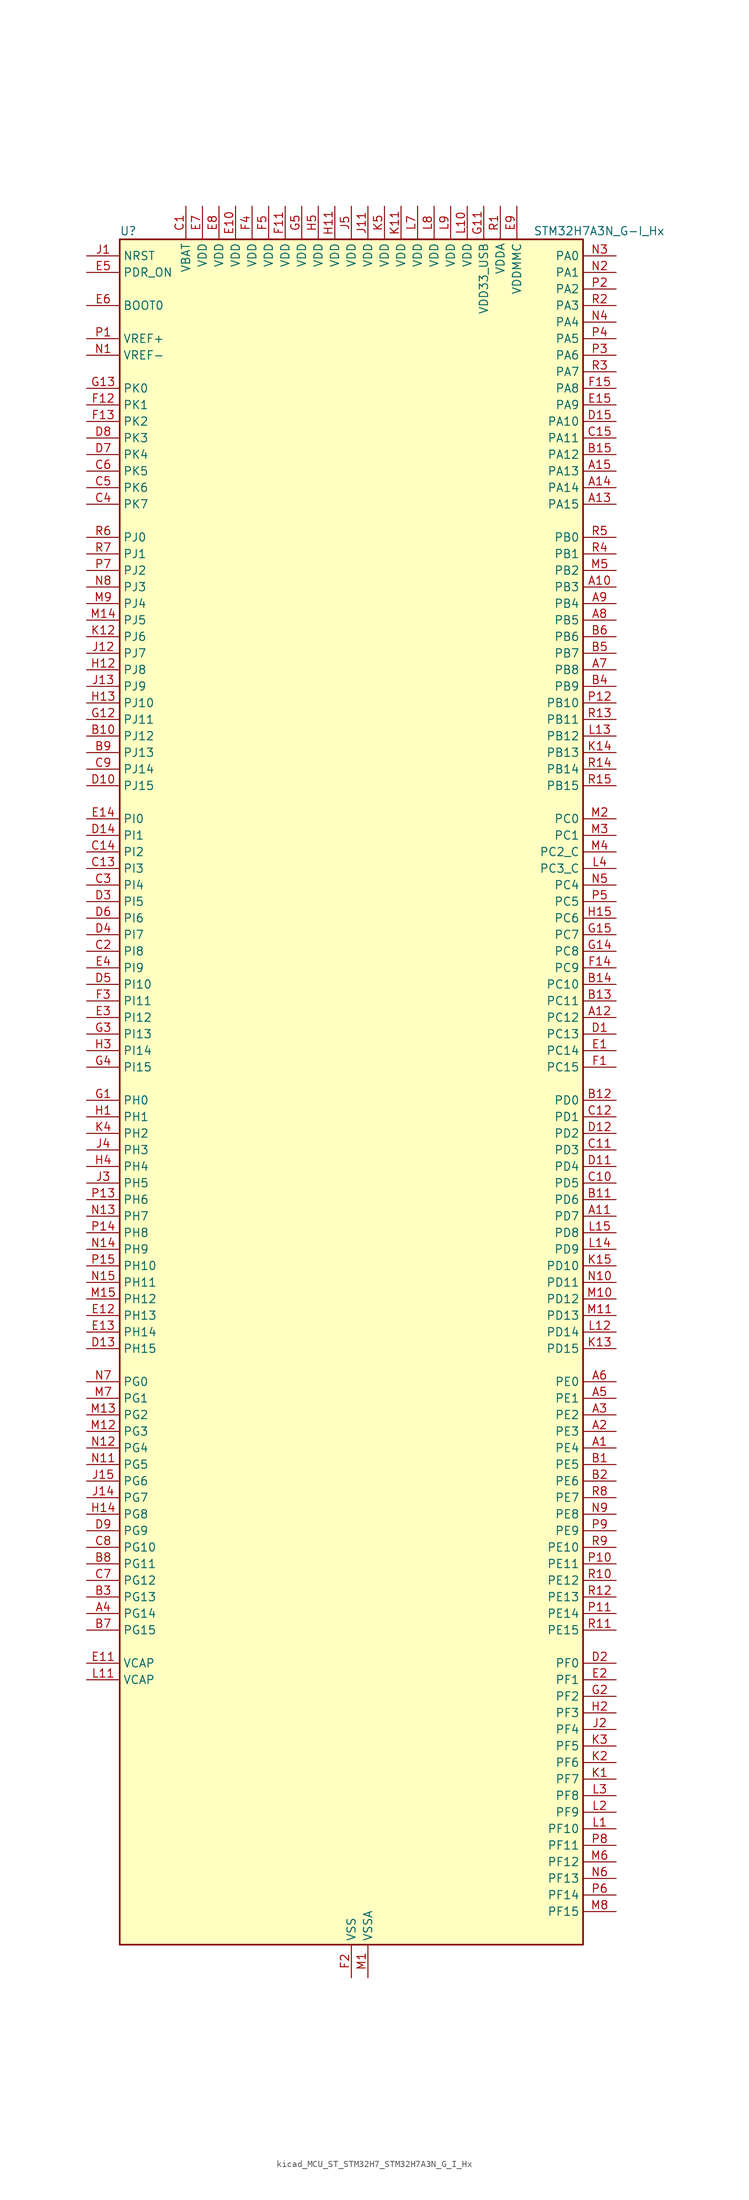
<source format=kicad_sym>
(kicad_symbol_lib
  (version 20220914)
  (generator kicad_symbol_editor)
  (symbol "kicad_MCU_ST_STM32H7_STM32H7A3N_G_I_Hx"
    (property "Reference" "U"
      (at -35.56 133.35 0)
      (effects (font (size 1.27 1.27)) (justify left)))
    (property "Value" "STM32H7A3N_G-I_Hx"
      (at 27.94 133.35 0)
      (effects (font (size 1.27 1.27)) (justify left)))
    (property "ki_locked" ""
      (at 0 0 0)
      (effects (font (size 1.27 1.27))))
    (symbol "kicad_MCU_ST_STM32H7_STM32H7A3N_G_I_Hx_0_1"
      (rectangle (start -35.56 -129.54) (end 35.56 132.08) (stroke (width 0.254) (type default)) (fill (type background))))
    (symbol "kicad_MCU_ST_STM32H7_STM32H7A3N_G_I_Hx_1_1"
      (pin bidirectional line (at 40.64 -53.34 180) (length 5.08) (name "PE4" (effects (font (size 1.27 1.27)))) (number "A1" (effects (font (size 1.27 1.27)))) (alternate "DCMI_D4" bidirectional line) (alternate "DEBUG_TRACED1" bidirectional line) (alternate "DFSDM1_DATIN3" bidirectional line) (alternate "FMC_A20" bidirectional line) (alternate "LTDC_B0" bidirectional line) (alternate "PSSI_D4" bidirectional line) (alternate "SAI1_D2" bidirectional line) (alternate "SAI1_FS_A" bidirectional line) (alternate "SPI4_NSS" bidirectional line) (alternate "TIM15_CH1N" bidirectional line))
      (pin bidirectional line (at 40.64 78.74 180) (length 5.08) (name "PB3" (effects (font (size 1.27 1.27)))) (number "A10" (effects (font (size 1.27 1.27)))) (alternate "CRS_SYNC" bidirectional line) (alternate "DEBUG_JTDO-SWO" bidirectional line) (alternate "I2S1_CK" bidirectional line) (alternate "I2S3_CK" bidirectional line) (alternate "I2S6_CK" bidirectional line) (alternate "SDMMC2_D2" bidirectional line) (alternate "SPI1_SCK" bidirectional line) (alternate "SPI3_SCK" bidirectional line) (alternate "SPI6_SCK" bidirectional line) (alternate "TIM2_CH2" bidirectional line) (alternate "UART7_RX" bidirectional line))
      (pin bidirectional line (at 40.64 -17.78 180) (length 5.08) (name "PD7" (effects (font (size 1.27 1.27)))) (number "A11" (effects (font (size 1.27 1.27)))) (alternate "DFSDM1_CKIN1" bidirectional line) (alternate "DFSDM1_DATIN4" bidirectional line) (alternate "FMC_NE1" bidirectional line) (alternate "I2S1_SDO" bidirectional line) (alternate "OCTOSPIM_P1_IO7" bidirectional line) (alternate "SDMMC2_CMD" bidirectional line) (alternate "SPDIFRX_IN0" bidirectional line) (alternate "SPI1_MOSI" bidirectional line) (alternate "USART2_CK" bidirectional line))
      (pin bidirectional line (at 40.64 12.7 180) (length 5.08) (name "PC12" (effects (font (size 1.27 1.27)))) (number "A12" (effects (font (size 1.27 1.27)))) (alternate "DCMI_D9" bidirectional line) (alternate "DEBUG_TRACED3" bidirectional line) (alternate "DFSDM2_CKOUT" bidirectional line) (alternate "I2S3_SDO" bidirectional line) (alternate "I2S6_CK" bidirectional line) (alternate "LTDC_R6" bidirectional line) (alternate "PSSI_D9" bidirectional line) (alternate "SDMMC1_CK" bidirectional line) (alternate "SPI3_MOSI" bidirectional line) (alternate "SPI6_SCK" bidirectional line) (alternate "TIM15_CH1" bidirectional line) (alternate "UART5_TX" bidirectional line) (alternate "USART3_CK" bidirectional line))
      (pin bidirectional line (at 40.64 91.44 180) (length 5.08) (name "PA15" (effects (font (size 1.27 1.27)))) (number "A13" (effects (font (size 1.27 1.27)))) (alternate "ADC1_EXTI15" bidirectional line) (alternate "ADC2_EXTI15" bidirectional line) (alternate "CEC" bidirectional line) (alternate "DEBUG_JTDI" bidirectional line) (alternate "I2S1_WS" bidirectional line) (alternate "I2S3_WS" bidirectional line) (alternate "I2S6_WS" bidirectional line) (alternate "LTDC_B6" bidirectional line) (alternate "LTDC_R3" bidirectional line) (alternate "SPI1_NSS" bidirectional line) (alternate "SPI3_NSS" bidirectional line) (alternate "SPI6_NSS" bidirectional line) (alternate "TIM2_CH1" bidirectional line) (alternate "TIM2_ETR" bidirectional line) (alternate "UART4_DE" bidirectional line) (alternate "UART4_RTS" bidirectional line) (alternate "UART7_TX" bidirectional line))
      (pin bidirectional line (at 40.64 93.98 180) (length 5.08) (name "PA14" (effects (font (size 1.27 1.27)))) (number "A14" (effects (font (size 1.27 1.27)))) (alternate "DEBUG_JTCK-SWCLK" bidirectional line))
      (pin bidirectional line (at 40.64 96.52 180) (length 5.08) (name "PA13" (effects (font (size 1.27 1.27)))) (number "A15" (effects (font (size 1.27 1.27)))) (alternate "DEBUG_JTMS-SWDIO" bidirectional line))
      (pin bidirectional line (at 40.64 -50.8 180) (length 5.08) (name "PE3" (effects (font (size 1.27 1.27)))) (number "A2" (effects (font (size 1.27 1.27)))) (alternate "DEBUG_TRACED0" bidirectional line) (alternate "FMC_A19" bidirectional line) (alternate "SAI1_SD_B" bidirectional line) (alternate "TIM15_BKIN" bidirectional line) (alternate "USART10_TX" bidirectional line))
      (pin bidirectional line (at 40.64 -48.26 180) (length 5.08) (name "PE2" (effects (font (size 1.27 1.27)))) (number "A3" (effects (font (size 1.27 1.27)))) (alternate "DEBUG_TRACECLK" bidirectional line) (alternate "FMC_A23" bidirectional line) (alternate "OCTOSPIM_P1_IO2" bidirectional line) (alternate "SAI1_CK1" bidirectional line) (alternate "SAI1_MCLK_A" bidirectional line) (alternate "SPI4_SCK" bidirectional line) (alternate "USART10_RX" bidirectional line))
      (pin bidirectional line (at -40.64 -78.74 0) (length 5.08) (name "PG14" (effects (font (size 1.27 1.27)))) (number "A4" (effects (font (size 1.27 1.27)))) (alternate "DEBUG_TRACED1" bidirectional line) (alternate "FMC_A25" bidirectional line) (alternate "I2S6_SDO" bidirectional line) (alternate "LPTIM1_ETR" bidirectional line) (alternate "LTDC_B0" bidirectional line) (alternate "OCTOSPIM_P1_IO7" bidirectional line) (alternate "SDMMC2_D7" bidirectional line) (alternate "SPI6_MOSI" bidirectional line) (alternate "USART10_DE" bidirectional line) (alternate "USART10_RTS" bidirectional line) (alternate "USART6_TX" bidirectional line))
      (pin bidirectional line (at 40.64 -45.72 180) (length 5.08) (name "PE1" (effects (font (size 1.27 1.27)))) (number "A5" (effects (font (size 1.27 1.27)))) (alternate "DCMI_D3" bidirectional line) (alternate "FMC_NBL1" bidirectional line) (alternate "LPTIM1_IN2" bidirectional line) (alternate "LTDC_R6" bidirectional line) (alternate "PSSI_D3" bidirectional line) (alternate "UART8_TX" bidirectional line))
      (pin bidirectional line (at 40.64 -43.18 180) (length 5.08) (name "PE0" (effects (font (size 1.27 1.27)))) (number "A6" (effects (font (size 1.27 1.27)))) (alternate "DCMI_D2" bidirectional line) (alternate "FMC_NBL0" bidirectional line) (alternate "LPTIM1_ETR" bidirectional line) (alternate "LPTIM2_ETR" bidirectional line) (alternate "LTDC_R0" bidirectional line) (alternate "PSSI_D2" bidirectional line) (alternate "SAI2_MCLK_A" bidirectional line) (alternate "TIM4_ETR" bidirectional line) (alternate "UART8_RX" bidirectional line))
      (pin bidirectional line (at 40.64 66.04 180) (length 5.08) (name "PB8" (effects (font (size 1.27 1.27)))) (number "A7" (effects (font (size 1.27 1.27)))) (alternate "DCMI_D6" bidirectional line) (alternate "DFSDM1_CKIN7" bidirectional line) (alternate "FDCAN1_RX" bidirectional line) (alternate "I2C1_SCL" bidirectional line) (alternate "I2C4_SCL" bidirectional line) (alternate "LTDC_B6" bidirectional line) (alternate "PSSI_D6" bidirectional line) (alternate "SDMMC1_CKIN" bidirectional line) (alternate "SDMMC1_D4" bidirectional line) (alternate "SDMMC2_D4" bidirectional line) (alternate "TIM16_CH1" bidirectional line) (alternate "TIM4_CH3" bidirectional line) (alternate "UART4_RX" bidirectional line))
      (pin bidirectional line (at 40.64 73.66 180) (length 5.08) (name "PB5" (effects (font (size 1.27 1.27)))) (number "A8" (effects (font (size 1.27 1.27)))) (alternate "DCMI_D10" bidirectional line) (alternate "FDCAN2_RX" bidirectional line) (alternate "FMC_SDCKE1" bidirectional line) (alternate "I2C1_SMBA" bidirectional line) (alternate "I2C4_SMBA" bidirectional line) (alternate "I2S1_SDO" bidirectional line) (alternate "I2S3_SDO" bidirectional line) (alternate "I2S6_SDO" bidirectional line) (alternate "LTDC_B5" bidirectional line) (alternate "PSSI_D10" bidirectional line) (alternate "SPI1_MOSI" bidirectional line) (alternate "SPI3_MOSI" bidirectional line) (alternate "SPI6_MOSI" bidirectional line) (alternate "TIM17_BKIN" bidirectional line) (alternate "TIM3_CH2" bidirectional line) (alternate "UART5_RX" bidirectional line) (alternate "USB_OTG_HS_ULPI_D7" bidirectional line))
      (pin bidirectional line (at 40.64 76.2 180) (length 5.08) (name "PB4" (effects (font (size 1.27 1.27)))) (number "A9" (effects (font (size 1.27 1.27)))) (alternate "DEBUG_JTRST" bidirectional line) (alternate "I2S1_SDI" bidirectional line) (alternate "I2S2_WS" bidirectional line) (alternate "I2S3_SDI" bidirectional line) (alternate "I2S6_SDI" bidirectional line) (alternate "SDMMC2_D3" bidirectional line) (alternate "SPI1_MISO" bidirectional line) (alternate "SPI2_NSS" bidirectional line) (alternate "SPI3_MISO" bidirectional line) (alternate "SPI6_MISO" bidirectional line) (alternate "TIM16_BKIN" bidirectional line) (alternate "TIM3_CH1" bidirectional line) (alternate "UART7_TX" bidirectional line))
      (pin bidirectional line (at 40.64 -55.88 180) (length 5.08) (name "PE5" (effects (font (size 1.27 1.27)))) (number "B1" (effects (font (size 1.27 1.27)))) (alternate "DCMI_D6" bidirectional line) (alternate "DEBUG_TRACED2" bidirectional line) (alternate "DFSDM1_CKIN3" bidirectional line) (alternate "FMC_A21" bidirectional line) (alternate "LTDC_G0" bidirectional line) (alternate "PSSI_D6" bidirectional line) (alternate "SAI1_CK2" bidirectional line) (alternate "SAI1_SCK_A" bidirectional line) (alternate "SPI4_MISO" bidirectional line) (alternate "TIM15_CH1" bidirectional line))
      (pin bidirectional line (at -40.64 55.88 0) (length 5.08) (name "PJ12" (effects (font (size 1.27 1.27)))) (number "B10" (effects (font (size 1.27 1.27)))) (alternate "DEBUG_TRGOUT" bidirectional line) (alternate "LTDC_B0" bidirectional line) (alternate "LTDC_G3" bidirectional line))
      (pin bidirectional line (at 40.64 -15.24 180) (length 5.08) (name "PD6" (effects (font (size 1.27 1.27)))) (number "B11" (effects (font (size 1.27 1.27)))) (alternate "DCMI_D10" bidirectional line) (alternate "DFSDM1_CKIN4" bidirectional line) (alternate "DFSDM1_DATIN1" bidirectional line) (alternate "FMC_NWAIT" bidirectional line) (alternate "I2S3_SDO" bidirectional line) (alternate "LTDC_B2" bidirectional line) (alternate "OCTOSPIM_P1_IO6" bidirectional line) (alternate "PSSI_D10" bidirectional line) (alternate "SAI1_D1" bidirectional line) (alternate "SAI1_SD_A" bidirectional line) (alternate "SDMMC2_CK" bidirectional line) (alternate "SPI3_MOSI" bidirectional line) (alternate "USART2_RX" bidirectional line))
      (pin bidirectional line (at 40.64 0 180) (length 5.08) (name "PD0" (effects (font (size 1.27 1.27)))) (number "B12" (effects (font (size 1.27 1.27)))) (alternate "DFSDM1_CKIN6" bidirectional line) (alternate "FDCAN1_RX" bidirectional line) (alternate "FMC_D2" bidirectional line) (alternate "FMC_DA2" bidirectional line) (alternate "LTDC_B1" bidirectional line) (alternate "UART4_RX" bidirectional line) (alternate "UART9_CTS" bidirectional line))
      (pin bidirectional line (at 40.64 15.24 180) (length 5.08) (name "PC11" (effects (font (size 1.27 1.27)))) (number "B13" (effects (font (size 1.27 1.27)))) (alternate "ADC1_EXTI11" bidirectional line) (alternate "ADC2_EXTI11" bidirectional line) (alternate "DCMI_D4" bidirectional line) (alternate "DFSDM1_DATIN5" bidirectional line) (alternate "DFSDM2_DATIN0" bidirectional line) (alternate "I2S3_SDI" bidirectional line) (alternate "LTDC_B4" bidirectional line) (alternate "OCTOSPIM_P1_NCS" bidirectional line) (alternate "PSSI_D4" bidirectional line) (alternate "SDMMC1_D3" bidirectional line) (alternate "SPI3_MISO" bidirectional line) (alternate "UART4_RX" bidirectional line) (alternate "USART3_RX" bidirectional line))
      (pin bidirectional line (at 40.64 17.78 180) (length 5.08) (name "PC10" (effects (font (size 1.27 1.27)))) (number "B14" (effects (font (size 1.27 1.27)))) (alternate "DCMI_D8" bidirectional line) (alternate "DFSDM1_CKIN5" bidirectional line) (alternate "DFSDM2_CKIN0" bidirectional line) (alternate "I2S3_CK" bidirectional line) (alternate "LTDC_B1" bidirectional line) (alternate "LTDC_R2" bidirectional line) (alternate "OCTOSPIM_P1_IO1" bidirectional line) (alternate "PSSI_D8" bidirectional line) (alternate "SDMMC1_D2" bidirectional line) (alternate "SPI3_SCK" bidirectional line) (alternate "SWPMI1_RX" bidirectional line) (alternate "UART4_TX" bidirectional line) (alternate "USART3_TX" bidirectional line))
      (pin bidirectional line (at 40.64 99.06 180) (length 5.08) (name "PA12" (effects (font (size 1.27 1.27)))) (number "B15" (effects (font (size 1.27 1.27)))) (alternate "FDCAN1_TX" bidirectional line) (alternate "I2S2_CK" bidirectional line) (alternate "LPUART1_DE" bidirectional line) (alternate "LPUART1_RTS" bidirectional line) (alternate "LTDC_R5" bidirectional line) (alternate "SAI2_FS_B" bidirectional line) (alternate "SPI2_SCK" bidirectional line) (alternate "TIM1_ETR" bidirectional line) (alternate "UART4_TX" bidirectional line) (alternate "USART1_DE" bidirectional line) (alternate "USART1_RTS" bidirectional line) (alternate "USB_OTG_HS_DP" bidirectional line))
      (pin bidirectional line (at 40.64 -58.42 180) (length 5.08) (name "PE6" (effects (font (size 1.27 1.27)))) (number "B2" (effects (font (size 1.27 1.27)))) (alternate "DCMI_D7" bidirectional line) (alternate "DEBUG_TRACED3" bidirectional line) (alternate "FMC_A22" bidirectional line) (alternate "LTDC_G1" bidirectional line) (alternate "PSSI_D7" bidirectional line) (alternate "SAI1_D1" bidirectional line) (alternate "SAI1_SD_A" bidirectional line) (alternate "SAI2_MCLK_B" bidirectional line) (alternate "SPI4_MOSI" bidirectional line) (alternate "TIM15_CH2" bidirectional line) (alternate "TIM1_BKIN2" bidirectional line) (alternate "TIM1_BKIN2_COMP1" bidirectional line) (alternate "TIM1_BKIN2_COMP2" bidirectional line))
      (pin bidirectional line (at -40.64 -76.2 0) (length 5.08) (name "PG13" (effects (font (size 1.27 1.27)))) (number "B3" (effects (font (size 1.27 1.27)))) (alternate "DEBUG_TRACED0" bidirectional line) (alternate "FMC_A24" bidirectional line) (alternate "I2S6_CK" bidirectional line) (alternate "LPTIM1_OUT" bidirectional line) (alternate "LTDC_R0" bidirectional line) (alternate "SDMMC2_D6" bidirectional line) (alternate "SPI6_SCK" bidirectional line) (alternate "USART10_CTS" bidirectional line) (alternate "USART10_NSS" bidirectional line) (alternate "USART6_CTS" bidirectional line) (alternate "USART6_NSS" bidirectional line))
      (pin bidirectional line (at 40.64 63.5 180) (length 5.08) (name "PB9" (effects (font (size 1.27 1.27)))) (number "B4" (effects (font (size 1.27 1.27)))) (alternate "DAC1_EXTI9" bidirectional line) (alternate "DCMI_D7" bidirectional line) (alternate "DFSDM1_DATIN7" bidirectional line) (alternate "FDCAN1_TX" bidirectional line) (alternate "I2C1_SDA" bidirectional line) (alternate "I2C4_SDA" bidirectional line) (alternate "I2C4_SMBA" bidirectional line) (alternate "I2S2_WS" bidirectional line) (alternate "LTDC_B7" bidirectional line) (alternate "PSSI_D7" bidirectional line) (alternate "SDMMC1_CDIR" bidirectional line) (alternate "SDMMC1_D5" bidirectional line) (alternate "SDMMC2_D5" bidirectional line) (alternate "SPI2_NSS" bidirectional line) (alternate "TIM17_CH1" bidirectional line) (alternate "TIM4_CH4" bidirectional line) (alternate "UART4_TX" bidirectional line))
      (pin bidirectional line (at 40.64 68.58 180) (length 5.08) (name "PB7" (effects (font (size 1.27 1.27)))) (number "B5" (effects (font (size 1.27 1.27)))) (alternate "DCMI_VSYNC" bidirectional line) (alternate "DFSDM1_CKIN5" bidirectional line) (alternate "FMC_NL" bidirectional line) (alternate "I2C1_SDA" bidirectional line) (alternate "I2C4_SDA" bidirectional line) (alternate "LPUART1_RX" bidirectional line) (alternate "PSSI_RDY" bidirectional line) (alternate "PWR_PVD_IN" bidirectional line) (alternate "TIM17_CH1N" bidirectional line) (alternate "TIM4_CH2" bidirectional line) (alternate "USART1_RX" bidirectional line))
      (pin bidirectional line (at 40.64 71.12 180) (length 5.08) (name "PB6" (effects (font (size 1.27 1.27)))) (number "B6" (effects (font (size 1.27 1.27)))) (alternate "CEC" bidirectional line) (alternate "DCMI_D5" bidirectional line) (alternate "DFSDM1_DATIN5" bidirectional line) (alternate "FDCAN2_TX" bidirectional line) (alternate "FMC_SDNE1" bidirectional line) (alternate "I2C1_SCL" bidirectional line) (alternate "I2C4_SCL" bidirectional line) (alternate "LPUART1_TX" bidirectional line) (alternate "OCTOSPIM_P1_NCS" bidirectional line) (alternate "PSSI_D5" bidirectional line) (alternate "TIM16_CH1N" bidirectional line) (alternate "TIM4_CH1" bidirectional line) (alternate "UART5_TX" bidirectional line) (alternate "USART1_TX" bidirectional line))
      (pin bidirectional line (at -40.64 -81.28 0) (length 5.08) (name "PG15" (effects (font (size 1.27 1.27)))) (number "B7" (effects (font (size 1.27 1.27)))) (alternate "ADC1_EXTI15" bidirectional line) (alternate "ADC2_EXTI15" bidirectional line) (alternate "DCMI_D13" bidirectional line) (alternate "FMC_SDNCAS" bidirectional line) (alternate "OCTOSPIM_P2_DQS" bidirectional line) (alternate "PSSI_D13" bidirectional line) (alternate "USART10_CK" bidirectional line) (alternate "USART6_CTS" bidirectional line) (alternate "USART6_NSS" bidirectional line))
      (pin bidirectional line (at -40.64 -71.12 0) (length 5.08) (name "PG11" (effects (font (size 1.27 1.27)))) (number "B8" (effects (font (size 1.27 1.27)))) (alternate "ADC1_EXTI11" bidirectional line) (alternate "ADC2_EXTI11" bidirectional line) (alternate "DCMI_D3" bidirectional line) (alternate "I2S1_CK" bidirectional line) (alternate "LPTIM1_IN2" bidirectional line) (alternate "LTDC_B3" bidirectional line) (alternate "OCTOSPIM_P2_IO7" bidirectional line) (alternate "PSSI_D3" bidirectional line) (alternate "SDMMC2_D2" bidirectional line) (alternate "SPDIFRX_IN0" bidirectional line) (alternate "SPI1_SCK" bidirectional line) (alternate "USART10_RX" bidirectional line))
      (pin bidirectional line (at -40.64 53.34 0) (length 5.08) (name "PJ13" (effects (font (size 1.27 1.27)))) (number "B9" (effects (font (size 1.27 1.27)))) (alternate "LTDC_B1" bidirectional line) (alternate "LTDC_B4" bidirectional line))
      (pin power_in line (at -25.4 137.16 270) (length 5.08) (name "VBAT" (effects (font (size 1.27 1.27)))) (number "C1" (effects (font (size 1.27 1.27)))))
      (pin bidirectional line (at 40.64 -12.7 180) (length 5.08) (name "PD5" (effects (font (size 1.27 1.27)))) (number "C10" (effects (font (size 1.27 1.27)))) (alternate "FMC_NWE" bidirectional line) (alternate "OCTOSPIM_P1_IO5" bidirectional line) (alternate "USART2_TX" bidirectional line))
      (pin bidirectional line (at 40.64 -7.62 180) (length 5.08) (name "PD3" (effects (font (size 1.27 1.27)))) (number "C11" (effects (font (size 1.27 1.27)))) (alternate "DCMI_D5" bidirectional line) (alternate "DFSDM1_CKOUT" bidirectional line) (alternate "FMC_CLK" bidirectional line) (alternate "I2S2_CK" bidirectional line) (alternate "LTDC_G7" bidirectional line) (alternate "PSSI_D5" bidirectional line) (alternate "SPI2_SCK" bidirectional line) (alternate "USART2_CTS" bidirectional line) (alternate "USART2_NSS" bidirectional line))
      (pin bidirectional line (at 40.64 -2.54 180) (length 5.08) (name "PD1" (effects (font (size 1.27 1.27)))) (number "C12" (effects (font (size 1.27 1.27)))) (alternate "DFSDM1_DATIN6" bidirectional line) (alternate "FDCAN1_TX" bidirectional line) (alternate "FMC_D3" bidirectional line) (alternate "FMC_DA3" bidirectional line) (alternate "UART4_TX" bidirectional line))
      (pin bidirectional line (at -40.64 35.56 0) (length 5.08) (name "PI3" (effects (font (size 1.27 1.27)))) (number "C13" (effects (font (size 1.27 1.27)))) (alternate "DCMI_D10" bidirectional line) (alternate "FMC_D27" bidirectional line) (alternate "I2S2_SDO" bidirectional line) (alternate "PSSI_D10" bidirectional line) (alternate "SPI2_MOSI" bidirectional line) (alternate "TIM8_ETR" bidirectional line))
      (pin bidirectional line (at -40.64 38.1 0) (length 5.08) (name "PI2" (effects (font (size 1.27 1.27)))) (number "C14" (effects (font (size 1.27 1.27)))) (alternate "DCMI_D9" bidirectional line) (alternate "FMC_D26" bidirectional line) (alternate "I2S2_SDI" bidirectional line) (alternate "LTDC_G7" bidirectional line) (alternate "PSSI_D9" bidirectional line) (alternate "SPI2_MISO" bidirectional line) (alternate "TIM8_CH4" bidirectional line))
      (pin bidirectional line (at 40.64 101.6 180) (length 5.08) (name "PA11" (effects (font (size 1.27 1.27)))) (number "C15" (effects (font (size 1.27 1.27)))) (alternate "ADC1_EXTI11" bidirectional line) (alternate "ADC2_EXTI11" bidirectional line) (alternate "FDCAN1_RX" bidirectional line) (alternate "I2S2_WS" bidirectional line) (alternate "LPUART1_CTS" bidirectional line) (alternate "LTDC_R4" bidirectional line) (alternate "SPI2_NSS" bidirectional line) (alternate "TIM1_CH4" bidirectional line) (alternate "UART4_RX" bidirectional line) (alternate "USART1_CTS" bidirectional line) (alternate "USART1_NSS" bidirectional line) (alternate "USB_OTG_HS_DM" bidirectional line))
      (pin bidirectional line (at -40.64 22.86 0) (length 5.08) (name "PI8" (effects (font (size 1.27 1.27)))) (number "C2" (effects (font (size 1.27 1.27)))) (alternate "PWR_WKUP3" bidirectional line) (alternate "RTC_OUT_ALARM" bidirectional line) (alternate "RTC_TAMP2" bidirectional line))
      (pin bidirectional line (at -40.64 33.02 0) (length 5.08) (name "PI4" (effects (font (size 1.27 1.27)))) (number "C3" (effects (font (size 1.27 1.27)))) (alternate "DCMI_D5" bidirectional line) (alternate "FMC_NBL2" bidirectional line) (alternate "LTDC_B4" bidirectional line) (alternate "PSSI_D5" bidirectional line) (alternate "SAI2_MCLK_A" bidirectional line) (alternate "TIM8_BKIN" bidirectional line) (alternate "TIM8_BKIN_COMP1" bidirectional line) (alternate "TIM8_BKIN_COMP2" bidirectional line))
      (pin bidirectional line (at -40.64 91.44 0) (length 5.08) (name "PK7" (effects (font (size 1.27 1.27)))) (number "C4" (effects (font (size 1.27 1.27)))) (alternate "LTDC_DE" bidirectional line))
      (pin bidirectional line (at -40.64 93.98 0) (length 5.08) (name "PK6" (effects (font (size 1.27 1.27)))) (number "C5" (effects (font (size 1.27 1.27)))) (alternate "LTDC_B7" bidirectional line) (alternate "OCTOSPIM_P2_DQS" bidirectional line))
      (pin bidirectional line (at -40.64 96.52 0) (length 5.08) (name "PK5" (effects (font (size 1.27 1.27)))) (number "C6" (effects (font (size 1.27 1.27)))) (alternate "LTDC_B6" bidirectional line) (alternate "OCTOSPIM_P2_NCS" bidirectional line))
      (pin bidirectional line (at -40.64 -73.66 0) (length 5.08) (name "PG12" (effects (font (size 1.27 1.27)))) (number "C7" (effects (font (size 1.27 1.27)))) (alternate "FMC_NE4" bidirectional line) (alternate "I2S6_SDI" bidirectional line) (alternate "LPTIM1_IN1" bidirectional line) (alternate "LTDC_B1" bidirectional line) (alternate "LTDC_B4" bidirectional line) (alternate "OCTOSPIM_P2_NCS" bidirectional line) (alternate "SDMMC2_D3" bidirectional line) (alternate "SPDIFRX_IN1" bidirectional line) (alternate "SPI6_MISO" bidirectional line) (alternate "USART10_TX" bidirectional line) (alternate "USART6_DE" bidirectional line) (alternate "USART6_RTS" bidirectional line))
      (pin bidirectional line (at -40.64 -68.58 0) (length 5.08) (name "PG10" (effects (font (size 1.27 1.27)))) (number "C8" (effects (font (size 1.27 1.27)))) (alternate "DCMI_D2" bidirectional line) (alternate "FMC_NE3" bidirectional line) (alternate "I2S1_WS" bidirectional line) (alternate "LTDC_B2" bidirectional line) (alternate "LTDC_G3" bidirectional line) (alternate "OCTOSPIM_P2_IO6" bidirectional line) (alternate "PSSI_D2" bidirectional line) (alternate "SAI2_SD_B" bidirectional line) (alternate "SDMMC2_D1" bidirectional line) (alternate "SPI1_NSS" bidirectional line))
      (pin bidirectional line (at -40.64 50.8 0) (length 5.08) (name "PJ14" (effects (font (size 1.27 1.27)))) (number "C9" (effects (font (size 1.27 1.27)))) (alternate "LTDC_B2" bidirectional line))
      (pin bidirectional line (at 40.64 10.16 180) (length 5.08) (name "PC13" (effects (font (size 1.27 1.27)))) (number "D1" (effects (font (size 1.27 1.27)))) (alternate "PWR_WKUP4" bidirectional line) (alternate "RTC_OUT_ALARM" bidirectional line) (alternate "RTC_OUT_CALIB" bidirectional line) (alternate "RTC_TAMP1" bidirectional line) (alternate "RTC_TS" bidirectional line))
      (pin bidirectional line (at -40.64 48.26 0) (length 5.08) (name "PJ15" (effects (font (size 1.27 1.27)))) (number "D10" (effects (font (size 1.27 1.27)))) (alternate "ADC1_EXTI15" bidirectional line) (alternate "ADC2_EXTI15" bidirectional line) (alternate "LTDC_B3" bidirectional line))
      (pin bidirectional line (at 40.64 -10.16 180) (length 5.08) (name "PD4" (effects (font (size 1.27 1.27)))) (number "D11" (effects (font (size 1.27 1.27)))) (alternate "FMC_NOE" bidirectional line) (alternate "OCTOSPIM_P1_IO4" bidirectional line) (alternate "USART2_DE" bidirectional line) (alternate "USART2_RTS" bidirectional line))
      (pin bidirectional line (at 40.64 -5.08 180) (length 5.08) (name "PD2" (effects (font (size 1.27 1.27)))) (number "D12" (effects (font (size 1.27 1.27)))) (alternate "DCMI_D11" bidirectional line) (alternate "DEBUG_TRACED2" bidirectional line) (alternate "LTDC_B2" bidirectional line) (alternate "LTDC_B7" bidirectional line) (alternate "PSSI_D11" bidirectional line) (alternate "SDMMC1_CMD" bidirectional line) (alternate "TIM15_BKIN" bidirectional line) (alternate "TIM3_ETR" bidirectional line) (alternate "UART5_RX" bidirectional line))
      (pin bidirectional line (at -40.64 -38.1 0) (length 5.08) (name "PH15" (effects (font (size 1.27 1.27)))) (number "D13" (effects (font (size 1.27 1.27)))) (alternate "ADC1_EXTI15" bidirectional line) (alternate "ADC2_EXTI15" bidirectional line) (alternate "DCMI_D11" bidirectional line) (alternate "FMC_D23" bidirectional line) (alternate "LTDC_G4" bidirectional line) (alternate "PSSI_D11" bidirectional line) (alternate "TIM8_CH3N" bidirectional line))
      (pin bidirectional line (at -40.64 40.64 0) (length 5.08) (name "PI1" (effects (font (size 1.27 1.27)))) (number "D14" (effects (font (size 1.27 1.27)))) (alternate "DCMI_D8" bidirectional line) (alternate "FMC_D25" bidirectional line) (alternate "I2S2_CK" bidirectional line) (alternate "LTDC_G6" bidirectional line) (alternate "PSSI_D8" bidirectional line) (alternate "SPI2_SCK" bidirectional line) (alternate "TIM8_BKIN2" bidirectional line) (alternate "TIM8_BKIN2_COMP1" bidirectional line) (alternate "TIM8_BKIN2_COMP2" bidirectional line))
      (pin bidirectional line (at 40.64 104.14 180) (length 5.08) (name "PA10" (effects (font (size 1.27 1.27)))) (number "D15" (effects (font (size 1.27 1.27)))) (alternate "DCMI_D1" bidirectional line) (alternate "LPUART1_RX" bidirectional line) (alternate "LTDC_B1" bidirectional line) (alternate "LTDC_B4" bidirectional line) (alternate "MDIOS_MDIO" bidirectional line) (alternate "PSSI_D1" bidirectional line) (alternate "TIM1_CH3" bidirectional line) (alternate "USART1_RX" bidirectional line) (alternate "USB_OTG_HS_ID" bidirectional line))
      (pin bidirectional line (at 40.64 -86.36 180) (length 5.08) (name "PF0" (effects (font (size 1.27 1.27)))) (number "D2" (effects (font (size 1.27 1.27)))) (alternate "FMC_A0" bidirectional line) (alternate "I2C2_SDA" bidirectional line) (alternate "OCTOSPIM_P2_IO0" bidirectional line))
      (pin bidirectional line (at -40.64 30.48 0) (length 5.08) (name "PI5" (effects (font (size 1.27 1.27)))) (number "D3" (effects (font (size 1.27 1.27)))) (alternate "DCMI_VSYNC" bidirectional line) (alternate "FMC_NBL3" bidirectional line) (alternate "LTDC_B5" bidirectional line) (alternate "PSSI_RDY" bidirectional line) (alternate "SAI2_SCK_A" bidirectional line) (alternate "TIM8_CH1" bidirectional line))
      (pin bidirectional line (at -40.64 25.4 0) (length 5.08) (name "PI7" (effects (font (size 1.27 1.27)))) (number "D4" (effects (font (size 1.27 1.27)))) (alternate "DCMI_D7" bidirectional line) (alternate "FMC_D29" bidirectional line) (alternate "LTDC_B7" bidirectional line) (alternate "PSSI_D7" bidirectional line) (alternate "SAI2_FS_A" bidirectional line) (alternate "TIM8_CH3" bidirectional line))
      (pin bidirectional line (at -40.64 17.78 0) (length 5.08) (name "PI10" (effects (font (size 1.27 1.27)))) (number "D5" (effects (font (size 1.27 1.27)))) (alternate "FMC_D31" bidirectional line) (alternate "LTDC_HSYNC" bidirectional line) (alternate "OCTOSPIM_P2_IO1" bidirectional line) (alternate "PSSI_D14" bidirectional line))
      (pin bidirectional line (at -40.64 27.94 0) (length 5.08) (name "PI6" (effects (font (size 1.27 1.27)))) (number "D6" (effects (font (size 1.27 1.27)))) (alternate "DCMI_D6" bidirectional line) (alternate "FMC_D28" bidirectional line) (alternate "LTDC_B6" bidirectional line) (alternate "PSSI_D6" bidirectional line) (alternate "SAI2_SD_A" bidirectional line) (alternate "TIM8_CH2" bidirectional line))
      (pin bidirectional line (at -40.64 99.06 0) (length 5.08) (name "PK4" (effects (font (size 1.27 1.27)))) (number "D7" (effects (font (size 1.27 1.27)))) (alternate "LTDC_B5" bidirectional line) (alternate "OCTOSPIM_P2_IO7" bidirectional line))
      (pin bidirectional line (at -40.64 101.6 0) (length 5.08) (name "PK3" (effects (font (size 1.27 1.27)))) (number "D8" (effects (font (size 1.27 1.27)))) (alternate "LTDC_B4" bidirectional line) (alternate "OCTOSPIM_P2_IO6" bidirectional line))
      (pin bidirectional line (at -40.64 -66.04 0) (length 5.08) (name "PG9" (effects (font (size 1.27 1.27)))) (number "D9" (effects (font (size 1.27 1.27)))) (alternate "DAC1_EXTI9" bidirectional line) (alternate "DCMI_VSYNC" bidirectional line) (alternate "FMC_NCE" bidirectional line) (alternate "FMC_NE2" bidirectional line) (alternate "I2S1_SDI" bidirectional line) (alternate "OCTOSPIM_P1_IO6" bidirectional line) (alternate "PSSI_RDY" bidirectional line) (alternate "SAI2_FS_B" bidirectional line) (alternate "SDMMC2_D0" bidirectional line) (alternate "SPDIFRX_IN3" bidirectional line) (alternate "SPI1_MISO" bidirectional line) (alternate "USART6_RX" bidirectional line))
      (pin bidirectional line (at 40.64 7.62 180) (length 5.08) (name "PC14" (effects (font (size 1.27 1.27)))) (number "E1" (effects (font (size 1.27 1.27)))) (alternate "RCC_OSC32_IN" bidirectional line))
      (pin power_in line (at -17.78 137.16 270) (length 5.08) (name "VDD" (effects (font (size 1.27 1.27)))) (number "E10" (effects (font (size 1.27 1.27)))))
      (pin power_out line (at -40.64 -86.36 0) (length 5.08) (name "VCAP" (effects (font (size 1.27 1.27)))) (number "E11" (effects (font (size 1.27 1.27)))))
      (pin bidirectional line (at -40.64 -33.02 0) (length 5.08) (name "PH13" (effects (font (size 1.27 1.27)))) (number "E12" (effects (font (size 1.27 1.27)))) (alternate "FDCAN1_TX" bidirectional line) (alternate "FMC_D21" bidirectional line) (alternate "LTDC_G2" bidirectional line) (alternate "TIM8_CH1N" bidirectional line) (alternate "UART4_TX" bidirectional line))
      (pin bidirectional line (at -40.64 -35.56 0) (length 5.08) (name "PH14" (effects (font (size 1.27 1.27)))) (number "E13" (effects (font (size 1.27 1.27)))) (alternate "DCMI_D4" bidirectional line) (alternate "FDCAN1_RX" bidirectional line) (alternate "FMC_D22" bidirectional line) (alternate "LTDC_G3" bidirectional line) (alternate "PSSI_D4" bidirectional line) (alternate "TIM8_CH2N" bidirectional line) (alternate "UART4_RX" bidirectional line))
      (pin bidirectional line (at -40.64 43.18 0) (length 5.08) (name "PI0" (effects (font (size 1.27 1.27)))) (number "E14" (effects (font (size 1.27 1.27)))) (alternate "DCMI_D13" bidirectional line) (alternate "FMC_D24" bidirectional line) (alternate "I2S2_WS" bidirectional line) (alternate "LTDC_G5" bidirectional line) (alternate "PSSI_D13" bidirectional line) (alternate "SPI2_NSS" bidirectional line) (alternate "TIM5_CH4" bidirectional line))
      (pin bidirectional line (at 40.64 106.68 180) (length 5.08) (name "PA9" (effects (font (size 1.27 1.27)))) (number "E15" (effects (font (size 1.27 1.27)))) (alternate "DAC1_EXTI9" bidirectional line) (alternate "DCMI_D0" bidirectional line) (alternate "I2C3_SMBA" bidirectional line) (alternate "I2S2_CK" bidirectional line) (alternate "LPUART1_TX" bidirectional line) (alternate "LTDC_R5" bidirectional line) (alternate "PSSI_D0" bidirectional line) (alternate "SPI2_SCK" bidirectional line) (alternate "TIM1_CH2" bidirectional line) (alternate "USART1_TX" bidirectional line) (alternate "USB_OTG_HS_VBUS" bidirectional line))
      (pin bidirectional line (at 40.64 -88.9 180) (length 5.08) (name "PF1" (effects (font (size 1.27 1.27)))) (number "E2" (effects (font (size 1.27 1.27)))) (alternate "FMC_A1" bidirectional line) (alternate "I2C2_SCL" bidirectional line) (alternate "OCTOSPIM_P2_IO1" bidirectional line))
      (pin bidirectional line (at -40.64 12.7 0) (length 5.08) (name "PI12" (effects (font (size 1.27 1.27)))) (number "E3" (effects (font (size 1.27 1.27)))) (alternate "LTDC_HSYNC" bidirectional line) (alternate "OCTOSPIM_P2_IO3" bidirectional line))
      (pin bidirectional line (at -40.64 20.32 0) (length 5.08) (name "PI9" (effects (font (size 1.27 1.27)))) (number "E4" (effects (font (size 1.27 1.27)))) (alternate "DAC1_EXTI9" bidirectional line) (alternate "FDCAN1_RX" bidirectional line) (alternate "FMC_D30" bidirectional line) (alternate "LTDC_VSYNC" bidirectional line) (alternate "OCTOSPIM_P2_IO0" bidirectional line) (alternate "UART4_RX" bidirectional line))
      (pin input line (at -40.64 127 0) (length 5.08) (name "PDR_ON" (effects (font (size 1.27 1.27)))) (number "E5" (effects (font (size 1.27 1.27)))))
      (pin input line (at -40.64 121.92 0) (length 5.08) (name "BOOT0" (effects (font (size 1.27 1.27)))) (number "E6" (effects (font (size 1.27 1.27)))))
      (pin power_in line (at -22.86 137.16 270) (length 5.08) (name "VDD" (effects (font (size 1.27 1.27)))) (number "E7" (effects (font (size 1.27 1.27)))))
      (pin power_in line (at -20.32 137.16 270) (length 5.08) (name "VDD" (effects (font (size 1.27 1.27)))) (number "E8" (effects (font (size 1.27 1.27)))))
      (pin power_in line (at 25.4 137.16 270) (length 5.08) (name "VDDMMC" (effects (font (size 1.27 1.27)))) (number "E9" (effects (font (size 1.27 1.27)))))
      (pin bidirectional line (at 40.64 5.08 180) (length 5.08) (name "PC15" (effects (font (size 1.27 1.27)))) (number "F1" (effects (font (size 1.27 1.27)))) (alternate "ADC1_EXTI15" bidirectional line) (alternate "ADC2_EXTI15" bidirectional line) (alternate "RCC_OSC32_OUT" bidirectional line))
      (pin passive line (at 0 -134.62 90) (length 5.08) hide (name "VSS" (effects (font (size 1.27 1.27)))) (number "F10" (effects (font (size 1.27 1.27)))))
      (pin power_in line (at -10.16 137.16 270) (length 5.08) (name "VDD" (effects (font (size 1.27 1.27)))) (number "F11" (effects (font (size 1.27 1.27)))))
      (pin bidirectional line (at -40.64 106.68 0) (length 5.08) (name "PK1" (effects (font (size 1.27 1.27)))) (number "F12" (effects (font (size 1.27 1.27)))) (alternate "LTDC_G6" bidirectional line) (alternate "SPI5_NSS" bidirectional line) (alternate "TIM1_CH1" bidirectional line) (alternate "TIM8_CH3N" bidirectional line))
      (pin bidirectional line (at -40.64 104.14 0) (length 5.08) (name "PK2" (effects (font (size 1.27 1.27)))) (number "F13" (effects (font (size 1.27 1.27)))) (alternate "LTDC_G7" bidirectional line) (alternate "TIM1_BKIN" bidirectional line) (alternate "TIM1_BKIN_COMP1" bidirectional line) (alternate "TIM1_BKIN_COMP2" bidirectional line) (alternate "TIM8_BKIN" bidirectional line) (alternate "TIM8_BKIN_COMP1" bidirectional line) (alternate "TIM8_BKIN_COMP2" bidirectional line))
      (pin bidirectional line (at 40.64 20.32 180) (length 5.08) (name "PC9" (effects (font (size 1.27 1.27)))) (number "F14" (effects (font (size 1.27 1.27)))) (alternate "DAC1_EXTI9" bidirectional line) (alternate "DCMI_D3" bidirectional line) (alternate "I2C3_SDA" bidirectional line) (alternate "I2S_CKIN" bidirectional line) (alternate "LTDC_B2" bidirectional line) (alternate "LTDC_G3" bidirectional line) (alternate "OCTOSPIM_P1_IO0" bidirectional line) (alternate "PSSI_D3" bidirectional line) (alternate "RCC_MCO_2" bidirectional line) (alternate "SDMMC1_D1" bidirectional line) (alternate "SWPMI1_SUSPEND" bidirectional line) (alternate "TIM3_CH4" bidirectional line) (alternate "TIM8_CH4" bidirectional line) (alternate "UART5_CTS" bidirectional line))
      (pin bidirectional line (at 40.64 109.22 180) (length 5.08) (name "PA8" (effects (font (size 1.27 1.27)))) (number "F15" (effects (font (size 1.27 1.27)))) (alternate "I2C3_SCL" bidirectional line) (alternate "LTDC_B3" bidirectional line) (alternate "LTDC_R6" bidirectional line) (alternate "RCC_MCO_1" bidirectional line) (alternate "TIM1_CH1" bidirectional line) (alternate "TIM8_BKIN2" bidirectional line) (alternate "TIM8_BKIN2_COMP1" bidirectional line) (alternate "TIM8_BKIN2_COMP2" bidirectional line) (alternate "UART7_RX" bidirectional line) (alternate "USART1_CK" bidirectional line) (alternate "USB_OTG_HS_SOF" bidirectional line))
      (pin power_in line (at 0 -134.62 90) (length 5.08) (name "VSS" (effects (font (size 1.27 1.27)))) (number "F2" (effects (font (size 1.27 1.27)))))
      (pin bidirectional line (at -40.64 15.24 0) (length 5.08) (name "PI11" (effects (font (size 1.27 1.27)))) (number "F3" (effects (font (size 1.27 1.27)))) (alternate "ADC1_EXTI11" bidirectional line) (alternate "ADC2_EXTI11" bidirectional line) (alternate "LTDC_G6" bidirectional line) (alternate "OCTOSPIM_P2_IO2" bidirectional line) (alternate "PSSI_D15" bidirectional line) (alternate "PWR_WKUP5" bidirectional line) (alternate "USB_OTG_HS_ULPI_DIR" bidirectional line))
      (pin power_in line (at -15.24 137.16 270) (length 5.08) (name "VDD" (effects (font (size 1.27 1.27)))) (number "F4" (effects (font (size 1.27 1.27)))))
      (pin power_in line (at -12.7 137.16 270) (length 5.08) (name "VDD" (effects (font (size 1.27 1.27)))) (number "F5" (effects (font (size 1.27 1.27)))))
      (pin passive line (at 0 -134.62 90) (length 5.08) hide (name "VSS" (effects (font (size 1.27 1.27)))) (number "F6" (effects (font (size 1.27 1.27)))))
      (pin passive line (at 0 -134.62 90) (length 5.08) hide (name "VSS" (effects (font (size 1.27 1.27)))) (number "F7" (effects (font (size 1.27 1.27)))))
      (pin passive line (at 0 -134.62 90) (length 5.08) hide (name "VSS" (effects (font (size 1.27 1.27)))) (number "F8" (effects (font (size 1.27 1.27)))))
      (pin passive line (at 0 -134.62 90) (length 5.08) hide (name "VSS" (effects (font (size 1.27 1.27)))) (number "F9" (effects (font (size 1.27 1.27)))))
      (pin bidirectional line (at -40.64 0 0) (length 5.08) (name "PH0" (effects (font (size 1.27 1.27)))) (number "G1" (effects (font (size 1.27 1.27)))) (alternate "RCC_OSC_IN" bidirectional line))
      (pin passive line (at 0 -134.62 90) (length 5.08) hide (name "VSS" (effects (font (size 1.27 1.27)))) (number "G10" (effects (font (size 1.27 1.27)))))
      (pin power_in line (at 20.32 137.16 270) (length 5.08) (name "VDD33_USB" (effects (font (size 1.27 1.27)))) (number "G11" (effects (font (size 1.27 1.27)))))
      (pin bidirectional line (at -40.64 58.42 0) (length 5.08) (name "PJ11" (effects (font (size 1.27 1.27)))) (number "G12" (effects (font (size 1.27 1.27)))) (alternate "ADC1_EXTI11" bidirectional line) (alternate "ADC2_EXTI11" bidirectional line) (alternate "LTDC_G4" bidirectional line) (alternate "SPI5_MISO" bidirectional line) (alternate "TIM1_CH2" bidirectional line) (alternate "TIM8_CH2N" bidirectional line))
      (pin bidirectional line (at -40.64 109.22 0) (length 5.08) (name "PK0" (effects (font (size 1.27 1.27)))) (number "G13" (effects (font (size 1.27 1.27)))) (alternate "LTDC_G5" bidirectional line) (alternate "SPI5_SCK" bidirectional line) (alternate "TIM1_CH1N" bidirectional line) (alternate "TIM8_CH3" bidirectional line))
      (pin bidirectional line (at 40.64 22.86 180) (length 5.08) (name "PC8" (effects (font (size 1.27 1.27)))) (number "G14" (effects (font (size 1.27 1.27)))) (alternate "DCMI_D2" bidirectional line) (alternate "DEBUG_TRACED1" bidirectional line) (alternate "FMC_INT" bidirectional line) (alternate "FMC_NCE" bidirectional line) (alternate "FMC_NE2" bidirectional line) (alternate "PSSI_D2" bidirectional line) (alternate "SDMMC1_D0" bidirectional line) (alternate "SWPMI1_RX" bidirectional line) (alternate "TIM3_CH3" bidirectional line) (alternate "TIM8_CH3" bidirectional line) (alternate "UART5_DE" bidirectional line) (alternate "UART5_RTS" bidirectional line) (alternate "USART6_CK" bidirectional line))
      (pin bidirectional line (at 40.64 25.4 180) (length 5.08) (name "PC7" (effects (font (size 1.27 1.27)))) (number "G15" (effects (font (size 1.27 1.27)))) (alternate "DCMI_D1" bidirectional line) (alternate "DEBUG_TRGIO" bidirectional line) (alternate "DFSDM1_DATIN3" bidirectional line) (alternate "FMC_NE1" bidirectional line) (alternate "I2S3_MCK" bidirectional line) (alternate "LTDC_G6" bidirectional line) (alternate "PSSI_D1" bidirectional line) (alternate "SDMMC1_D123DIR" bidirectional line) (alternate "SDMMC1_D7" bidirectional line) (alternate "SDMMC2_D7" bidirectional line) (alternate "SWPMI1_TX" bidirectional line) (alternate "TIM3_CH2" bidirectional line) (alternate "TIM8_CH2" bidirectional line) (alternate "USART6_RX" bidirectional line))
      (pin bidirectional line (at 40.64 -91.44 180) (length 5.08) (name "PF2" (effects (font (size 1.27 1.27)))) (number "G2" (effects (font (size 1.27 1.27)))) (alternate "FMC_A2" bidirectional line) (alternate "I2C2_SMBA" bidirectional line) (alternate "OCTOSPIM_P2_IO2" bidirectional line))
      (pin bidirectional line (at -40.64 10.16 0) (length 5.08) (name "PI13" (effects (font (size 1.27 1.27)))) (number "G3" (effects (font (size 1.27 1.27)))) (alternate "LTDC_VSYNC" bidirectional line) (alternate "OCTOSPIM_P2_CLK" bidirectional line))
      (pin bidirectional line (at -40.64 5.08 0) (length 5.08) (name "PI15" (effects (font (size 1.27 1.27)))) (number "G4" (effects (font (size 1.27 1.27)))) (alternate "ADC1_EXTI15" bidirectional line) (alternate "ADC2_EXTI15" bidirectional line) (alternate "LTDC_G2" bidirectional line) (alternate "LTDC_R0" bidirectional line))
      (pin power_in line (at -7.62 137.16 270) (length 5.08) (name "VDD" (effects (font (size 1.27 1.27)))) (number "G5" (effects (font (size 1.27 1.27)))))
      (pin passive line (at 0 -134.62 90) (length 5.08) hide (name "VSS" (effects (font (size 1.27 1.27)))) (number "G6" (effects (font (size 1.27 1.27)))))
      (pin bidirectional line (at -40.64 -2.54 0) (length 5.08) (name "PH1" (effects (font (size 1.27 1.27)))) (number "H1" (effects (font (size 1.27 1.27)))) (alternate "RCC_OSC_OUT" bidirectional line))
      (pin passive line (at 0 -134.62 90) (length 5.08) hide (name "VSS" (effects (font (size 1.27 1.27)))) (number "H10" (effects (font (size 1.27 1.27)))))
      (pin power_in line (at -2.54 137.16 270) (length 5.08) (name "VDD" (effects (font (size 1.27 1.27)))) (number "H11" (effects (font (size 1.27 1.27)))))
      (pin bidirectional line (at -40.64 66.04 0) (length 5.08) (name "PJ8" (effects (font (size 1.27 1.27)))) (number "H12" (effects (font (size 1.27 1.27)))) (alternate "LTDC_G1" bidirectional line) (alternate "TIM1_CH3N" bidirectional line) (alternate "TIM8_CH1" bidirectional line) (alternate "UART8_TX" bidirectional line))
      (pin bidirectional line (at -40.64 60.96 0) (length 5.08) (name "PJ10" (effects (font (size 1.27 1.27)))) (number "H13" (effects (font (size 1.27 1.27)))) (alternate "LTDC_G3" bidirectional line) (alternate "SPI5_MOSI" bidirectional line) (alternate "TIM1_CH2N" bidirectional line) (alternate "TIM8_CH2" bidirectional line))
      (pin bidirectional line (at -40.64 -63.5 0) (length 5.08) (name "PG8" (effects (font (size 1.27 1.27)))) (number "H14" (effects (font (size 1.27 1.27)))) (alternate "FMC_SDCLK" bidirectional line) (alternate "I2S6_WS" bidirectional line) (alternate "LTDC_G7" bidirectional line) (alternate "SPDIFRX_IN2" bidirectional line) (alternate "SPI6_NSS" bidirectional line) (alternate "TIM8_ETR" bidirectional line) (alternate "USART6_DE" bidirectional line) (alternate "USART6_RTS" bidirectional line))
      (pin bidirectional line (at 40.64 27.94 180) (length 5.08) (name "PC6" (effects (font (size 1.27 1.27)))) (number "H15" (effects (font (size 1.27 1.27)))) (alternate "DCMI_D0" bidirectional line) (alternate "DFSDM1_CKIN3" bidirectional line) (alternate "FMC_NWAIT" bidirectional line) (alternate "I2S2_MCK" bidirectional line) (alternate "LTDC_HSYNC" bidirectional line) (alternate "PSSI_D0" bidirectional line) (alternate "SDMMC1_D0DIR" bidirectional line) (alternate "SDMMC1_D6" bidirectional line) (alternate "SDMMC2_D6" bidirectional line) (alternate "SWPMI1_IO" bidirectional line) (alternate "TIM3_CH1" bidirectional line) (alternate "TIM8_CH1" bidirectional line) (alternate "USART6_TX" bidirectional line))
      (pin bidirectional line (at 40.64 -93.98 180) (length 5.08) (name "PF3" (effects (font (size 1.27 1.27)))) (number "H2" (effects (font (size 1.27 1.27)))) (alternate "FMC_A3" bidirectional line) (alternate "OCTOSPIM_P2_IO3" bidirectional line))
      (pin bidirectional line (at -40.64 7.62 0) (length 5.08) (name "PI14" (effects (font (size 1.27 1.27)))) (number "H3" (effects (font (size 1.27 1.27)))) (alternate "LTDC_CLK" bidirectional line) (alternate "OCTOSPIM_P2_NCLK" bidirectional line))
      (pin bidirectional line (at -40.64 -10.16 0) (length 5.08) (name "PH4" (effects (font (size 1.27 1.27)))) (number "H4" (effects (font (size 1.27 1.27)))) (alternate "I2C2_SCL" bidirectional line) (alternate "LTDC_G4" bidirectional line) (alternate "LTDC_G5" bidirectional line) (alternate "PSSI_D14" bidirectional line) (alternate "USB_OTG_HS_ULPI_NXT" bidirectional line))
      (pin power_in line (at -5.08 137.16 270) (length 5.08) (name "VDD" (effects (font (size 1.27 1.27)))) (number "H5" (effects (font (size 1.27 1.27)))))
      (pin passive line (at 0 -134.62 90) (length 5.08) hide (name "VSS" (effects (font (size 1.27 1.27)))) (number "H6" (effects (font (size 1.27 1.27)))))
      (pin input line (at -40.64 129.54 0) (length 5.08) (name "NRST" (effects (font (size 1.27 1.27)))) (number "J1" (effects (font (size 1.27 1.27)))))
      (pin passive line (at 0 -134.62 90) (length 5.08) hide (name "VSS" (effects (font (size 1.27 1.27)))) (number "J10" (effects (font (size 1.27 1.27)))))
      (pin power_in line (at 2.54 137.16 270) (length 5.08) (name "VDD" (effects (font (size 1.27 1.27)))) (number "J11" (effects (font (size 1.27 1.27)))))
      (pin bidirectional line (at -40.64 68.58 0) (length 5.08) (name "PJ7" (effects (font (size 1.27 1.27)))) (number "J12" (effects (font (size 1.27 1.27)))) (alternate "DEBUG_TRGIN" bidirectional line) (alternate "LTDC_G0" bidirectional line) (alternate "TIM8_CH2N" bidirectional line))
      (pin bidirectional line (at -40.64 63.5 0) (length 5.08) (name "PJ9" (effects (font (size 1.27 1.27)))) (number "J13" (effects (font (size 1.27 1.27)))) (alternate "DAC1_EXTI9" bidirectional line) (alternate "LTDC_G2" bidirectional line) (alternate "TIM1_CH3" bidirectional line) (alternate "TIM8_CH1N" bidirectional line) (alternate "UART8_RX" bidirectional line))
      (pin bidirectional line (at -40.64 -60.96 0) (length 5.08) (name "PG7" (effects (font (size 1.27 1.27)))) (number "J14" (effects (font (size 1.27 1.27)))) (alternate "DCMI_D13" bidirectional line) (alternate "FMC_INT" bidirectional line) (alternate "LTDC_CLK" bidirectional line) (alternate "OCTOSPIM_P2_DQS" bidirectional line) (alternate "PSSI_D13" bidirectional line) (alternate "SAI1_MCLK_A" bidirectional line) (alternate "USART6_CK" bidirectional line))
      (pin bidirectional line (at -40.64 -58.42 0) (length 5.08) (name "PG6" (effects (font (size 1.27 1.27)))) (number "J15" (effects (font (size 1.27 1.27)))) (alternate "DCMI_D12" bidirectional line) (alternate "FMC_NE3" bidirectional line) (alternate "LTDC_R7" bidirectional line) (alternate "OCTOSPIM_P1_NCS" bidirectional line) (alternate "PSSI_D12" bidirectional line) (alternate "TIM17_BKIN" bidirectional line))
      (pin bidirectional line (at 40.64 -96.52 180) (length 5.08) (name "PF4" (effects (font (size 1.27 1.27)))) (number "J2" (effects (font (size 1.27 1.27)))) (alternate "FMC_A4" bidirectional line) (alternate "OCTOSPIM_P2_CLK" bidirectional line))
      (pin bidirectional line (at -40.64 -12.7 0) (length 5.08) (name "PH5" (effects (font (size 1.27 1.27)))) (number "J3" (effects (font (size 1.27 1.27)))) (alternate "FMC_SDNWE" bidirectional line) (alternate "I2C2_SDA" bidirectional line) (alternate "SPI5_NSS" bidirectional line))
      (pin bidirectional line (at -40.64 -7.62 0) (length 5.08) (name "PH3" (effects (font (size 1.27 1.27)))) (number "J4" (effects (font (size 1.27 1.27)))) (alternate "FMC_SDNE0" bidirectional line) (alternate "LTDC_R1" bidirectional line) (alternate "OCTOSPIM_P1_IO5" bidirectional line) (alternate "SAI2_MCLK_B" bidirectional line))
      (pin power_in line (at 0 137.16 270) (length 5.08) (name "VDD" (effects (font (size 1.27 1.27)))) (number "J5" (effects (font (size 1.27 1.27)))))
      (pin passive line (at 0 -134.62 90) (length 5.08) hide (name "VSS" (effects (font (size 1.27 1.27)))) (number "J6" (effects (font (size 1.27 1.27)))))
      (pin bidirectional line (at 40.64 -104.14 180) (length 5.08) (name "PF7" (effects (font (size 1.27 1.27)))) (number "K1" (effects (font (size 1.27 1.27)))) (alternate "OCTOSPIM_P1_IO2" bidirectional line) (alternate "SAI1_MCLK_B" bidirectional line) (alternate "SPI5_SCK" bidirectional line) (alternate "TIM17_CH1" bidirectional line) (alternate "UART7_TX" bidirectional line))
      (pin passive line (at 0 -134.62 90) (length 5.08) hide (name "VSS" (effects (font (size 1.27 1.27)))) (number "K10" (effects (font (size 1.27 1.27)))))
      (pin power_in line (at 7.62 137.16 270) (length 5.08) (name "VDD" (effects (font (size 1.27 1.27)))) (number "K11" (effects (font (size 1.27 1.27)))))
      (pin bidirectional line (at -40.64 71.12 0) (length 5.08) (name "PJ6" (effects (font (size 1.27 1.27)))) (number "K12" (effects (font (size 1.27 1.27)))) (alternate "LTDC_R7" bidirectional line) (alternate "TIM8_CH2" bidirectional line))
      (pin bidirectional line (at 40.64 -38.1 180) (length 5.08) (name "PD15" (effects (font (size 1.27 1.27)))) (number "K13" (effects (font (size 1.27 1.27)))) (alternate "ADC1_EXTI15" bidirectional line) (alternate "ADC2_EXTI15" bidirectional line) (alternate "FMC_D1" bidirectional line) (alternate "FMC_DA1" bidirectional line) (alternate "TIM4_CH4" bidirectional line) (alternate "UART8_DE" bidirectional line) (alternate "UART8_RTS" bidirectional line) (alternate "UART9_TX" bidirectional line))
      (pin bidirectional line (at 40.64 53.34 180) (length 5.08) (name "PB13" (effects (font (size 1.27 1.27)))) (number "K14" (effects (font (size 1.27 1.27)))) (alternate "DCMI_D2" bidirectional line) (alternate "DFSDM1_CKIN1" bidirectional line) (alternate "DFSDM2_CKIN1" bidirectional line) (alternate "FDCAN2_TX" bidirectional line) (alternate "I2S2_CK" bidirectional line) (alternate "LPTIM2_OUT" bidirectional line) (alternate "PSSI_D2" bidirectional line) (alternate "SDMMC1_D0" bidirectional line) (alternate "SPI2_SCK" bidirectional line) (alternate "TIM1_CH1N" bidirectional line) (alternate "UART5_TX" bidirectional line) (alternate "USART3_CTS" bidirectional line) (alternate "USART3_NSS" bidirectional line) (alternate "USB_OTG_HS_ULPI_D6" bidirectional line))
      (pin bidirectional line (at 40.64 -25.4 180) (length 5.08) (name "PD10" (effects (font (size 1.27 1.27)))) (number "K15" (effects (font (size 1.27 1.27)))) (alternate "DFSDM1_CKOUT" bidirectional line) (alternate "DFSDM2_CKOUT" bidirectional line) (alternate "FMC_D15" bidirectional line) (alternate "FMC_DA15" bidirectional line) (alternate "LTDC_B3" bidirectional line) (alternate "USART3_CK" bidirectional line))
      (pin bidirectional line (at 40.64 -101.6 180) (length 5.08) (name "PF6" (effects (font (size 1.27 1.27)))) (number "K2" (effects (font (size 1.27 1.27)))) (alternate "OCTOSPIM_P1_IO3" bidirectional line) (alternate "SAI1_SD_B" bidirectional line) (alternate "SPI5_NSS" bidirectional line) (alternate "TIM16_CH1" bidirectional line) (alternate "UART7_RX" bidirectional line))
      (pin bidirectional line (at 40.64 -99.06 180) (length 5.08) (name "PF5" (effects (font (size 1.27 1.27)))) (number "K3" (effects (font (size 1.27 1.27)))) (alternate "FMC_A5" bidirectional line) (alternate "OCTOSPIM_P2_NCLK" bidirectional line))
      (pin bidirectional line (at -40.64 -5.08 0) (length 5.08) (name "PH2" (effects (font (size 1.27 1.27)))) (number "K4" (effects (font (size 1.27 1.27)))) (alternate "FMC_SDCKE0" bidirectional line) (alternate "LPTIM1_IN2" bidirectional line) (alternate "LTDC_R0" bidirectional line) (alternate "OCTOSPIM_P1_IO4" bidirectional line) (alternate "SAI2_SCK_B" bidirectional line))
      (pin power_in line (at 5.08 137.16 270) (length 5.08) (name "VDD" (effects (font (size 1.27 1.27)))) (number "K5" (effects (font (size 1.27 1.27)))))
      (pin passive line (at 0 -134.62 90) (length 5.08) hide (name "VSS" (effects (font (size 1.27 1.27)))) (number "K6" (effects (font (size 1.27 1.27)))))
      (pin passive line (at 0 -134.62 90) (length 5.08) hide (name "VSS" (effects (font (size 1.27 1.27)))) (number "K7" (effects (font (size 1.27 1.27)))))
      (pin passive line (at 0 -134.62 90) (length 5.08) hide (name "VSS" (effects (font (size 1.27 1.27)))) (number "K8" (effects (font (size 1.27 1.27)))))
      (pin passive line (at 0 -134.62 90) (length 5.08) hide (name "VSS" (effects (font (size 1.27 1.27)))) (number "K9" (effects (font (size 1.27 1.27)))))
      (pin bidirectional line (at 40.64 -111.76 180) (length 5.08) (name "PF10" (effects (font (size 1.27 1.27)))) (number "L1" (effects (font (size 1.27 1.27)))) (alternate "DCMI_D11" bidirectional line) (alternate "LTDC_DE" bidirectional line) (alternate "OCTOSPIM_P1_CLK" bidirectional line) (alternate "PSSI_D11" bidirectional line) (alternate "PSSI_D15" bidirectional line) (alternate "SAI1_D3" bidirectional line) (alternate "TIM16_BKIN" bidirectional line))
      (pin power_in line (at 17.78 137.16 270) (length 5.08) (name "VDD" (effects (font (size 1.27 1.27)))) (number "L10" (effects (font (size 1.27 1.27)))))
      (pin power_out line (at -40.64 -88.9 0) (length 5.08) (name "VCAP" (effects (font (size 1.27 1.27)))) (number "L11" (effects (font (size 1.27 1.27)))))
      (pin bidirectional line (at 40.64 -35.56 180) (length 5.08) (name "PD14" (effects (font (size 1.27 1.27)))) (number "L12" (effects (font (size 1.27 1.27)))) (alternate "FMC_D0" bidirectional line) (alternate "FMC_DA0" bidirectional line) (alternate "TIM4_CH3" bidirectional line) (alternate "UART8_CTS" bidirectional line) (alternate "UART9_RX" bidirectional line))
      (pin bidirectional line (at 40.64 55.88 180) (length 5.08) (name "PB12" (effects (font (size 1.27 1.27)))) (number "L13" (effects (font (size 1.27 1.27)))) (alternate "DFSDM1_DATIN1" bidirectional line) (alternate "DFSDM2_DATIN1" bidirectional line) (alternate "FDCAN2_RX" bidirectional line) (alternate "I2C2_SMBA" bidirectional line) (alternate "I2S2_WS" bidirectional line) (alternate "OCTOSPIM_P1_NCLK" bidirectional line) (alternate "SPI2_NSS" bidirectional line) (alternate "TIM1_BKIN" bidirectional line) (alternate "TIM1_BKIN_COMP1" bidirectional line) (alternate "TIM1_BKIN_COMP2" bidirectional line) (alternate "UART5_RX" bidirectional line) (alternate "USART3_CK" bidirectional line) (alternate "USB_OTG_HS_ULPI_D5" bidirectional line))
      (pin bidirectional line (at 40.64 -22.86 180) (length 5.08) (name "PD9" (effects (font (size 1.27 1.27)))) (number "L14" (effects (font (size 1.27 1.27)))) (alternate "DAC1_EXTI9" bidirectional line) (alternate "DFSDM1_DATIN3" bidirectional line) (alternate "FMC_D14" bidirectional line) (alternate "FMC_DA14" bidirectional line) (alternate "USART3_RX" bidirectional line))
      (pin bidirectional line (at 40.64 -20.32 180) (length 5.08) (name "PD8" (effects (font (size 1.27 1.27)))) (number "L15" (effects (font (size 1.27 1.27)))) (alternate "DFSDM1_CKIN3" bidirectional line) (alternate "FMC_D13" bidirectional line) (alternate "FMC_DA13" bidirectional line) (alternate "SPDIFRX_IN1" bidirectional line) (alternate "USART3_TX" bidirectional line))
      (pin bidirectional line (at 40.64 -109.22 180) (length 5.08) (name "PF9" (effects (font (size 1.27 1.27)))) (number "L2" (effects (font (size 1.27 1.27)))) (alternate "DAC1_EXTI9" bidirectional line) (alternate "OCTOSPIM_P1_IO1" bidirectional line) (alternate "SAI1_FS_B" bidirectional line) (alternate "SPI5_MOSI" bidirectional line) (alternate "TIM14_CH1" bidirectional line) (alternate "TIM17_CH1N" bidirectional line) (alternate "UART7_CTS" bidirectional line))
      (pin bidirectional line (at 40.64 -106.68 180) (length 5.08) (name "PF8" (effects (font (size 1.27 1.27)))) (number "L3" (effects (font (size 1.27 1.27)))) (alternate "OCTOSPIM_P1_IO0" bidirectional line) (alternate "SAI1_SCK_B" bidirectional line) (alternate "SPI5_MISO" bidirectional line) (alternate "TIM13_CH1" bidirectional line) (alternate "TIM16_CH1N" bidirectional line) (alternate "UART7_DE" bidirectional line) (alternate "UART7_RTS" bidirectional line))
      (pin bidirectional line (at 40.64 35.56 180) (length 5.08) (name "PC3_C" (effects (font (size 1.27 1.27)))) (number "L4" (effects (font (size 1.27 1.27)))) (alternate "ADC2_INP1" bidirectional line) (alternate "DFSDM1_DATIN1" bidirectional line) (alternate "FMC_SDCKE0" bidirectional line) (alternate "I2S2_SDO" bidirectional line) (alternate "OCTOSPIM_P1_IO0" bidirectional line) (alternate "OCTOSPIM_P1_IO6" bidirectional line) (alternate "PWR_CSLEEP" bidirectional line) (alternate "SPI2_MOSI" bidirectional line) (alternate "USB_OTG_HS_ULPI_NXT" bidirectional line))
      (pin passive line (at 0 -134.62 90) (length 5.08) hide (name "VSS" (effects (font (size 1.27 1.27)))) (number "L5" (effects (font (size 1.27 1.27)))))
      (pin passive line (at 0 -134.62 90) (length 5.08) hide (name "VSS" (effects (font (size 1.27 1.27)))) (number "L6" (effects (font (size 1.27 1.27)))))
      (pin power_in line (at 10.16 137.16 270) (length 5.08) (name "VDD" (effects (font (size 1.27 1.27)))) (number "L7" (effects (font (size 1.27 1.27)))))
      (pin power_in line (at 12.7 137.16 270) (length 5.08) (name "VDD" (effects (font (size 1.27 1.27)))) (number "L8" (effects (font (size 1.27 1.27)))))
      (pin power_in line (at 15.24 137.16 270) (length 5.08) (name "VDD" (effects (font (size 1.27 1.27)))) (number "L9" (effects (font (size 1.27 1.27)))))
      (pin power_in line (at 2.54 -134.62 90) (length 5.08) (name "VSSA" (effects (font (size 1.27 1.27)))) (number "M1" (effects (font (size 1.27 1.27)))))
      (pin bidirectional line (at 40.64 -30.48 180) (length 5.08) (name "PD12" (effects (font (size 1.27 1.27)))) (number "M10" (effects (font (size 1.27 1.27)))) (alternate "DCMI_D12" bidirectional line) (alternate "FMC_A17" bidirectional line) (alternate "FMC_ALE" bidirectional line) (alternate "I2C4_SCL" bidirectional line) (alternate "LPTIM1_IN1" bidirectional line) (alternate "LPTIM2_IN1" bidirectional line) (alternate "OCTOSPIM_P1_IO1" bidirectional line) (alternate "PSSI_D12" bidirectional line) (alternate "SAI2_FS_A" bidirectional line) (alternate "TIM4_CH1" bidirectional line) (alternate "USART3_DE" bidirectional line) (alternate "USART3_RTS" bidirectional line))
      (pin bidirectional line (at 40.64 -33.02 180) (length 5.08) (name "PD13" (effects (font (size 1.27 1.27)))) (number "M11" (effects (font (size 1.27 1.27)))) (alternate "DCMI_D13" bidirectional line) (alternate "FMC_A18" bidirectional line) (alternate "I2C4_SDA" bidirectional line) (alternate "LPTIM1_OUT" bidirectional line) (alternate "OCTOSPIM_P1_IO3" bidirectional line) (alternate "PSSI_D13" bidirectional line) (alternate "SAI2_SCK_A" bidirectional line) (alternate "TIM4_CH2" bidirectional line) (alternate "UART9_DE" bidirectional line) (alternate "UART9_RTS" bidirectional line))
      (pin bidirectional line (at -40.64 -50.8 0) (length 5.08) (name "PG3" (effects (font (size 1.27 1.27)))) (number "M12" (effects (font (size 1.27 1.27)))) (alternate "FMC_A13" bidirectional line) (alternate "TIM8_BKIN2" bidirectional line) (alternate "TIM8_BKIN2_COMP1" bidirectional line) (alternate "TIM8_BKIN2_COMP2" bidirectional line))
      (pin bidirectional line (at -40.64 -48.26 0) (length 5.08) (name "PG2" (effects (font (size 1.27 1.27)))) (number "M13" (effects (font (size 1.27 1.27)))) (alternate "FMC_A12" bidirectional line) (alternate "TIM8_BKIN" bidirectional line) (alternate "TIM8_BKIN_COMP1" bidirectional line) (alternate "TIM8_BKIN_COMP2" bidirectional line))
      (pin bidirectional line (at -40.64 73.66 0) (length 5.08) (name "PJ5" (effects (font (size 1.27 1.27)))) (number "M14" (effects (font (size 1.27 1.27)))) (alternate "LTDC_R6" bidirectional line))
      (pin bidirectional line (at -40.64 -30.48 0) (length 5.08) (name "PH12" (effects (font (size 1.27 1.27)))) (number "M15" (effects (font (size 1.27 1.27)))) (alternate "DCMI_D3" bidirectional line) (alternate "FMC_D20" bidirectional line) (alternate "I2C4_SDA" bidirectional line) (alternate "LTDC_R6" bidirectional line) (alternate "PSSI_D3" bidirectional line) (alternate "TIM5_CH3" bidirectional line))
      (pin bidirectional line (at 40.64 43.18 180) (length 5.08) (name "PC0" (effects (font (size 1.27 1.27)))) (number "M2" (effects (font (size 1.27 1.27)))) (alternate "ADC1_INP10" bidirectional line) (alternate "ADC2_INP10" bidirectional line) (alternate "DFSDM1_CKIN0" bidirectional line) (alternate "DFSDM1_DATIN4" bidirectional line) (alternate "FMC_A25" bidirectional line) (alternate "FMC_SDNWE" bidirectional line) (alternate "LTDC_G2" bidirectional line) (alternate "LTDC_R5" bidirectional line) (alternate "SAI2_FS_B" bidirectional line) (alternate "USB_OTG_HS_ULPI_STP" bidirectional line))
      (pin bidirectional line (at 40.64 40.64 180) (length 5.08) (name "PC1" (effects (font (size 1.27 1.27)))) (number "M3" (effects (font (size 1.27 1.27)))) (alternate "ADC1_INN10" bidirectional line) (alternate "ADC1_INP11" bidirectional line) (alternate "ADC2_INN10" bidirectional line) (alternate "ADC2_INP11" bidirectional line) (alternate "DEBUG_TRACED0" bidirectional line) (alternate "DFSDM1_CKIN4" bidirectional line) (alternate "DFSDM1_DATIN0" bidirectional line) (alternate "I2S2_SDO" bidirectional line) (alternate "LTDC_G5" bidirectional line) (alternate "MDIOS_MDC" bidirectional line) (alternate "OCTOSPIM_P1_IO4" bidirectional line) (alternate "PWR_WKUP6" bidirectional line) (alternate "RTC_TAMP3" bidirectional line) (alternate "SAI1_D1" bidirectional line) (alternate "SAI1_SD_A" bidirectional line) (alternate "SDMMC2_CK" bidirectional line) (alternate "SPI2_MOSI" bidirectional line))
      (pin bidirectional line (at 40.64 38.1 180) (length 5.08) (name "PC2_C" (effects (font (size 1.27 1.27)))) (number "M4" (effects (font (size 1.27 1.27)))) (alternate "ADC2_INN1" bidirectional line) (alternate "ADC2_INP0" bidirectional line) (alternate "DFSDM1_CKIN1" bidirectional line) (alternate "DFSDM1_CKOUT" bidirectional line) (alternate "FMC_SDNE0" bidirectional line) (alternate "I2S2_SDI" bidirectional line) (alternate "OCTOSPIM_P1_IO2" bidirectional line) (alternate "OCTOSPIM_P1_IO5" bidirectional line) (alternate "PWR_CSTOP" bidirectional line) (alternate "SPI2_MISO" bidirectional line) (alternate "USB_OTG_HS_ULPI_DIR" bidirectional line))
      (pin bidirectional line (at 40.64 81.28 180) (length 5.08) (name "PB2" (effects (font (size 1.27 1.27)))) (number "M5" (effects (font (size 1.27 1.27)))) (alternate "COMP1_INP" bidirectional line) (alternate "DFSDM1_CKIN1" bidirectional line) (alternate "I2S3_SDO" bidirectional line) (alternate "OCTOSPIM_P1_CLK" bidirectional line) (alternate "OCTOSPIM_P1_DQS" bidirectional line) (alternate "RTC_OUT_ALARM" bidirectional line) (alternate "RTC_OUT_CALIB" bidirectional line) (alternate "SAI1_D1" bidirectional line) (alternate "SAI1_SD_A" bidirectional line) (alternate "SPI3_MOSI" bidirectional line))
      (pin bidirectional line (at 40.64 -116.84 180) (length 5.08) (name "PF12" (effects (font (size 1.27 1.27)))) (number "M6" (effects (font (size 1.27 1.27)))) (alternate "ADC1_INN2" bidirectional line) (alternate "ADC1_INP6" bidirectional line) (alternate "FMC_A6" bidirectional line) (alternate "OCTOSPIM_P2_DQS" bidirectional line))
      (pin bidirectional line (at -40.64 -45.72 0) (length 5.08) (name "PG1" (effects (font (size 1.27 1.27)))) (number "M7" (effects (font (size 1.27 1.27)))) (alternate "FMC_A11" bidirectional line) (alternate "OCTOSPIM_P2_IO5" bidirectional line) (alternate "OPAMP2_VINM" bidirectional line) (alternate "UART9_TX" bidirectional line))
      (pin bidirectional line (at 40.64 -124.46 180) (length 5.08) (name "PF15" (effects (font (size 1.27 1.27)))) (number "M8" (effects (font (size 1.27 1.27)))) (alternate "ADC1_EXTI15" bidirectional line) (alternate "ADC2_EXTI15" bidirectional line) (alternate "FMC_A9" bidirectional line) (alternate "I2C4_SDA" bidirectional line))
      (pin bidirectional line (at -40.64 76.2 0) (length 5.08) (name "PJ4" (effects (font (size 1.27 1.27)))) (number "M9" (effects (font (size 1.27 1.27)))) (alternate "LTDC_R5" bidirectional line) (alternate "UART9_CTS" bidirectional line))
      (pin input line (at -40.64 114.3 0) (length 5.08) (name "VREF-" (effects (font (size 1.27 1.27)))) (number "N1" (effects (font (size 1.27 1.27)))))
      (pin bidirectional line (at 40.64 -27.94 180) (length 5.08) (name "PD11" (effects (font (size 1.27 1.27)))) (number "N10" (effects (font (size 1.27 1.27)))) (alternate "ADC1_EXTI11" bidirectional line) (alternate "ADC2_EXTI11" bidirectional line) (alternate "FMC_A16" bidirectional line) (alternate "FMC_CLE" bidirectional line) (alternate "I2C4_SMBA" bidirectional line) (alternate "LPTIM2_IN2" bidirectional line) (alternate "OCTOSPIM_P1_IO0" bidirectional line) (alternate "SAI2_SD_A" bidirectional line) (alternate "USART3_CTS" bidirectional line) (alternate "USART3_NSS" bidirectional line))
      (pin bidirectional line (at -40.64 -55.88 0) (length 5.08) (name "PG5" (effects (font (size 1.27 1.27)))) (number "N11" (effects (font (size 1.27 1.27)))) (alternate "FMC_A15" bidirectional line) (alternate "FMC_BA1" bidirectional line) (alternate "TIM1_ETR" bidirectional line))
      (pin bidirectional line (at -40.64 -53.34 0) (length 5.08) (name "PG4" (effects (font (size 1.27 1.27)))) (number "N12" (effects (font (size 1.27 1.27)))) (alternate "FMC_A14" bidirectional line) (alternate "FMC_BA0" bidirectional line) (alternate "TIM1_BKIN2" bidirectional line) (alternate "TIM1_BKIN2_COMP1" bidirectional line) (alternate "TIM1_BKIN2_COMP2" bidirectional line))
      (pin bidirectional line (at -40.64 -17.78 0) (length 5.08) (name "PH7" (effects (font (size 1.27 1.27)))) (number "N13" (effects (font (size 1.27 1.27)))) (alternate "DCMI_D9" bidirectional line) (alternate "FMC_SDCKE1" bidirectional line) (alternate "I2C3_SCL" bidirectional line) (alternate "PSSI_D9" bidirectional line) (alternate "SPI5_MISO" bidirectional line))
      (pin bidirectional line (at -40.64 -22.86 0) (length 5.08) (name "PH9" (effects (font (size 1.27 1.27)))) (number "N14" (effects (font (size 1.27 1.27)))) (alternate "DAC1_EXTI9" bidirectional line) (alternate "DCMI_D0" bidirectional line) (alternate "FMC_D17" bidirectional line) (alternate "I2C3_SMBA" bidirectional line) (alternate "LTDC_R3" bidirectional line) (alternate "PSSI_D0" bidirectional line) (alternate "TIM12_CH2" bidirectional line))
      (pin bidirectional line (at -40.64 -27.94 0) (length 5.08) (name "PH11" (effects (font (size 1.27 1.27)))) (number "N15" (effects (font (size 1.27 1.27)))) (alternate "ADC1_EXTI11" bidirectional line) (alternate "ADC2_EXTI11" bidirectional line) (alternate "DCMI_D2" bidirectional line) (alternate "FMC_D19" bidirectional line) (alternate "I2C4_SCL" bidirectional line) (alternate "LTDC_R5" bidirectional line) (alternate "PSSI_D2" bidirectional line) (alternate "TIM5_CH2" bidirectional line))
      (pin bidirectional line (at 40.64 127 180) (length 5.08) (name "PA1" (effects (font (size 1.27 1.27)))) (number "N2" (effects (font (size 1.27 1.27)))) (alternate "ADC1_INN16" bidirectional line) (alternate "ADC1_INP17" bidirectional line) (alternate "LPTIM3_OUT" bidirectional line) (alternate "LTDC_R2" bidirectional line) (alternate "OCTOSPIM_P1_DQS" bidirectional line) (alternate "OCTOSPIM_P1_IO3" bidirectional line) (alternate "SAI2_MCLK_B" bidirectional line) (alternate "TIM15_CH1N" bidirectional line) (alternate "TIM2_CH2" bidirectional line) (alternate "TIM5_CH2" bidirectional line) (alternate "UART4_RX" bidirectional line) (alternate "USART2_DE" bidirectional line) (alternate "USART2_RTS" bidirectional line))
      (pin bidirectional line (at 40.64 129.54 180) (length 5.08) (name "PA0" (effects (font (size 1.27 1.27)))) (number "N3" (effects (font (size 1.27 1.27)))) (alternate "ADC1_INP16" bidirectional line) (alternate "I2S6_WS" bidirectional line) (alternate "PWR_WKUP1" bidirectional line) (alternate "SAI2_SD_B" bidirectional line) (alternate "SDMMC2_CMD" bidirectional line) (alternate "SPI6_NSS" bidirectional line) (alternate "TIM15_BKIN" bidirectional line) (alternate "TIM2_CH1" bidirectional line) (alternate "TIM2_ETR" bidirectional line) (alternate "TIM5_CH1" bidirectional line) (alternate "TIM8_ETR" bidirectional line) (alternate "UART4_TX" bidirectional line) (alternate "USART2_CTS" bidirectional line) (alternate "USART2_NSS" bidirectional line))
      (pin bidirectional line (at 40.64 119.38 180) (length 5.08) (name "PA4" (effects (font (size 1.27 1.27)))) (number "N4" (effects (font (size 1.27 1.27)))) (alternate "ADC1_INP18" bidirectional line) (alternate "DAC1_OUT1" bidirectional line) (alternate "DCMI_HSYNC" bidirectional line) (alternate "I2S1_WS" bidirectional line) (alternate "I2S3_WS" bidirectional line) (alternate "I2S6_WS" bidirectional line) (alternate "LTDC_VSYNC" bidirectional line) (alternate "PSSI_DE" bidirectional line) (alternate "SPI1_NSS" bidirectional line) (alternate "SPI3_NSS" bidirectional line) (alternate "SPI6_NSS" bidirectional line) (alternate "TIM5_ETR" bidirectional line) (alternate "USART2_CK" bidirectional line))
      (pin bidirectional line (at 40.64 33.02 180) (length 5.08) (name "PC4" (effects (font (size 1.27 1.27)))) (number "N5" (effects (font (size 1.27 1.27)))) (alternate "ADC1_INP4" bidirectional line) (alternate "ADC2_INP4" bidirectional line) (alternate "COMP1_INM" bidirectional line) (alternate "DFSDM1_CKIN2" bidirectional line) (alternate "FMC_SDNE0" bidirectional line) (alternate "I2S1_MCK" bidirectional line) (alternate "LTDC_R7" bidirectional line) (alternate "OPAMP1_VOUT" bidirectional line) (alternate "SPDIFRX_IN2" bidirectional line))
      (pin bidirectional line (at 40.64 -119.38 180) (length 5.08) (name "PF13" (effects (font (size 1.27 1.27)))) (number "N6" (effects (font (size 1.27 1.27)))) (alternate "ADC2_INP2" bidirectional line) (alternate "DFSDM1_DATIN6" bidirectional line) (alternate "FMC_A7" bidirectional line) (alternate "I2C4_SMBA" bidirectional line))
      (pin bidirectional line (at -40.64 -43.18 0) (length 5.08) (name "PG0" (effects (font (size 1.27 1.27)))) (number "N7" (effects (font (size 1.27 1.27)))) (alternate "FMC_A10" bidirectional line) (alternate "OCTOSPIM_P2_IO4" bidirectional line) (alternate "UART9_RX" bidirectional line))
      (pin bidirectional line (at -40.64 78.74 0) (length 5.08) (name "PJ3" (effects (font (size 1.27 1.27)))) (number "N8" (effects (font (size 1.27 1.27)))) (alternate "LTDC_R4" bidirectional line) (alternate "UART9_DE" bidirectional line) (alternate "UART9_RTS" bidirectional line))
      (pin bidirectional line (at 40.64 -63.5 180) (length 5.08) (name "PE8" (effects (font (size 1.27 1.27)))) (number "N9" (effects (font (size 1.27 1.27)))) (alternate "COMP2_OUT" bidirectional line) (alternate "DFSDM1_CKIN2" bidirectional line) (alternate "FMC_D5" bidirectional line) (alternate "FMC_DA5" bidirectional line) (alternate "OCTOSPIM_P1_IO5" bidirectional line) (alternate "OPAMP2_VINM" bidirectional line) (alternate "TIM1_CH1N" bidirectional line) (alternate "UART7_TX" bidirectional line))
      (pin input line (at -40.64 116.84 0) (length 5.08) (name "VREF+" (effects (font (size 1.27 1.27)))) (number "P1" (effects (font (size 1.27 1.27)))) (alternate "VREFBUF_OUT" bidirectional line))
      (pin bidirectional line (at 40.64 -71.12 180) (length 5.08) (name "PE11" (effects (font (size 1.27 1.27)))) (number "P10" (effects (font (size 1.27 1.27)))) (alternate "ADC1_EXTI11" bidirectional line) (alternate "ADC2_EXTI11" bidirectional line) (alternate "COMP2_INP" bidirectional line) (alternate "DFSDM1_CKIN4" bidirectional line) (alternate "FMC_D8" bidirectional line) (alternate "FMC_DA8" bidirectional line) (alternate "LTDC_G3" bidirectional line) (alternate "OCTOSPIM_P1_NCS" bidirectional line) (alternate "SAI2_SD_B" bidirectional line) (alternate "SPI4_NSS" bidirectional line) (alternate "TIM1_CH2" bidirectional line))
      (pin bidirectional line (at 40.64 -78.74 180) (length 5.08) (name "PE14" (effects (font (size 1.27 1.27)))) (number "P11" (effects (font (size 1.27 1.27)))) (alternate "FMC_D11" bidirectional line) (alternate "FMC_DA11" bidirectional line) (alternate "LTDC_CLK" bidirectional line) (alternate "SAI2_MCLK_B" bidirectional line) (alternate "SPI4_MOSI" bidirectional line) (alternate "TIM1_CH4" bidirectional line))
      (pin bidirectional line (at 40.64 60.96 180) (length 5.08) (name "PB10" (effects (font (size 1.27 1.27)))) (number "P12" (effects (font (size 1.27 1.27)))) (alternate "DFSDM1_DATIN7" bidirectional line) (alternate "I2C2_SCL" bidirectional line) (alternate "I2S2_CK" bidirectional line) (alternate "LPTIM2_IN1" bidirectional line) (alternate "LTDC_G4" bidirectional line) (alternate "OCTOSPIM_P1_NCS" bidirectional line) (alternate "SPI2_SCK" bidirectional line) (alternate "TIM2_CH3" bidirectional line) (alternate "USART3_TX" bidirectional line) (alternate "USB_OTG_HS_ULPI_D3" bidirectional line))
      (pin bidirectional line (at -40.64 -15.24 0) (length 5.08) (name "PH6" (effects (font (size 1.27 1.27)))) (number "P13" (effects (font (size 1.27 1.27)))) (alternate "DCMI_D8" bidirectional line) (alternate "FMC_SDNE1" bidirectional line) (alternate "I2C2_SMBA" bidirectional line) (alternate "PSSI_D8" bidirectional line) (alternate "SPI5_SCK" bidirectional line) (alternate "TIM12_CH1" bidirectional line))
      (pin bidirectional line (at -40.64 -20.32 0) (length 5.08) (name "PH8" (effects (font (size 1.27 1.27)))) (number "P14" (effects (font (size 1.27 1.27)))) (alternate "DCMI_HSYNC" bidirectional line) (alternate "FMC_D16" bidirectional line) (alternate "I2C3_SDA" bidirectional line) (alternate "LTDC_R2" bidirectional line) (alternate "PSSI_DE" bidirectional line) (alternate "TIM5_ETR" bidirectional line))
      (pin bidirectional line (at -40.64 -25.4 0) (length 5.08) (name "PH10" (effects (font (size 1.27 1.27)))) (number "P15" (effects (font (size 1.27 1.27)))) (alternate "DCMI_D1" bidirectional line) (alternate "FMC_D18" bidirectional line) (alternate "I2C4_SMBA" bidirectional line) (alternate "LTDC_R4" bidirectional line) (alternate "PSSI_D1" bidirectional line) (alternate "TIM5_CH1" bidirectional line))
      (pin bidirectional line (at 40.64 124.46 180) (length 5.08) (name "PA2" (effects (font (size 1.27 1.27)))) (number "P2" (effects (font (size 1.27 1.27)))) (alternate "ADC1_INP14" bidirectional line) (alternate "DFSDM2_CKIN1" bidirectional line) (alternate "LTDC_R1" bidirectional line) (alternate "MDIOS_MDIO" bidirectional line) (alternate "PWR_WKUP2" bidirectional line) (alternate "SAI2_SCK_B" bidirectional line) (alternate "TIM15_CH1" bidirectional line) (alternate "TIM2_CH3" bidirectional line) (alternate "TIM5_CH3" bidirectional line) (alternate "USART2_TX" bidirectional line))
      (pin bidirectional line (at 40.64 114.3 180) (length 5.08) (name "PA6" (effects (font (size 1.27 1.27)))) (number "P3" (effects (font (size 1.27 1.27)))) (alternate "ADC1_INP3" bidirectional line) (alternate "ADC2_INP3" bidirectional line) (alternate "DAC2_OUT1" bidirectional line) (alternate "DCMI_PIXCLK" bidirectional line) (alternate "I2S1_SDI" bidirectional line) (alternate "I2S6_SDI" bidirectional line) (alternate "LTDC_G2" bidirectional line) (alternate "MDIOS_MDC" bidirectional line) (alternate "OCTOSPIM_P1_IO3" bidirectional line) (alternate "PSSI_PDCK" bidirectional line) (alternate "SPI1_MISO" bidirectional line) (alternate "SPI6_MISO" bidirectional line) (alternate "TIM13_CH1" bidirectional line) (alternate "TIM1_BKIN" bidirectional line) (alternate "TIM1_BKIN_COMP1" bidirectional line) (alternate "TIM1_BKIN_COMP2" bidirectional line) (alternate "TIM3_CH1" bidirectional line) (alternate "TIM8_BKIN" bidirectional line) (alternate "TIM8_BKIN_COMP1" bidirectional line) (alternate "TIM8_BKIN_COMP2" bidirectional line))
      (pin bidirectional line (at 40.64 116.84 180) (length 5.08) (name "PA5" (effects (font (size 1.27 1.27)))) (number "P4" (effects (font (size 1.27 1.27)))) (alternate "ADC1_INN18" bidirectional line) (alternate "ADC1_INP19" bidirectional line) (alternate "DAC1_OUT2" bidirectional line) (alternate "I2S1_CK" bidirectional line) (alternate "I2S6_CK" bidirectional line) (alternate "LTDC_R4" bidirectional line) (alternate "PSSI_D14" bidirectional line) (alternate "PWR_NDSTOP2" bidirectional line) (alternate "SPI1_SCK" bidirectional line) (alternate "SPI6_SCK" bidirectional line) (alternate "TIM2_CH1" bidirectional line) (alternate "TIM2_ETR" bidirectional line) (alternate "TIM8_CH1N" bidirectional line) (alternate "USB_OTG_HS_ULPI_CK" bidirectional line))
      (pin bidirectional line (at 40.64 30.48 180) (length 5.08) (name "PC5" (effects (font (size 1.27 1.27)))) (number "P5" (effects (font (size 1.27 1.27)))) (alternate "ADC1_INN4" bidirectional line) (alternate "ADC1_INP8" bidirectional line) (alternate "ADC2_INN4" bidirectional line) (alternate "ADC2_INP8" bidirectional line) (alternate "COMP1_OUT" bidirectional line) (alternate "DFSDM1_DATIN2" bidirectional line) (alternate "FMC_SDCKE0" bidirectional line) (alternate "LTDC_DE" bidirectional line) (alternate "OCTOSPIM_P1_DQS" bidirectional line) (alternate "OPAMP1_VINM" bidirectional line) (alternate "PSSI_D15" bidirectional line) (alternate "SAI1_D3" bidirectional line) (alternate "SPDIFRX_IN3" bidirectional line))
      (pin bidirectional line (at 40.64 -121.92 180) (length 5.08) (name "PF14" (effects (font (size 1.27 1.27)))) (number "P6" (effects (font (size 1.27 1.27)))) (alternate "ADC2_INN2" bidirectional line) (alternate "ADC2_INP6" bidirectional line) (alternate "DFSDM1_CKIN6" bidirectional line) (alternate "FMC_A8" bidirectional line) (alternate "I2C4_SCL" bidirectional line))
      (pin bidirectional line (at -40.64 81.28 0) (length 5.08) (name "PJ2" (effects (font (size 1.27 1.27)))) (number "P7" (effects (font (size 1.27 1.27)))) (alternate "LTDC_R3" bidirectional line) (alternate "OCTOSPIM_P2_IO5" bidirectional line))
      (pin bidirectional line (at 40.64 -114.3 180) (length 5.08) (name "PF11" (effects (font (size 1.27 1.27)))) (number "P8" (effects (font (size 1.27 1.27)))) (alternate "ADC1_EXTI11" bidirectional line) (alternate "ADC1_INP2" bidirectional line) (alternate "ADC2_EXTI11" bidirectional line) (alternate "DCMI_D12" bidirectional line) (alternate "FMC_SDNRAS" bidirectional line) (alternate "OCTOSPIM_P1_NCLK" bidirectional line) (alternate "PSSI_D12" bidirectional line) (alternate "SAI2_SD_B" bidirectional line) (alternate "SPI5_MOSI" bidirectional line))
      (pin bidirectional line (at 40.64 -66.04 180) (length 5.08) (name "PE9" (effects (font (size 1.27 1.27)))) (number "P9" (effects (font (size 1.27 1.27)))) (alternate "COMP2_INP" bidirectional line) (alternate "DAC1_EXTI9" bidirectional line) (alternate "DFSDM1_CKOUT" bidirectional line) (alternate "FMC_D6" bidirectional line) (alternate "FMC_DA6" bidirectional line) (alternate "OCTOSPIM_P1_IO6" bidirectional line) (alternate "OPAMP2_VINP" bidirectional line) (alternate "TIM1_CH1" bidirectional line) (alternate "UART7_DE" bidirectional line) (alternate "UART7_RTS" bidirectional line))
      (pin power_in line (at 22.86 137.16 270) (length 5.08) (name "VDDA" (effects (font (size 1.27 1.27)))) (number "R1" (effects (font (size 1.27 1.27)))))
      (pin bidirectional line (at 40.64 -73.66 180) (length 5.08) (name "PE12" (effects (font (size 1.27 1.27)))) (number "R10" (effects (font (size 1.27 1.27)))) (alternate "COMP1_OUT" bidirectional line) (alternate "DFSDM1_DATIN5" bidirectional line) (alternate "FMC_D9" bidirectional line) (alternate "FMC_DA9" bidirectional line) (alternate "LTDC_B4" bidirectional line) (alternate "SAI2_SCK_B" bidirectional line) (alternate "SPI4_SCK" bidirectional line) (alternate "TIM1_CH3N" bidirectional line))
      (pin bidirectional line (at 40.64 -81.28 180) (length 5.08) (name "PE15" (effects (font (size 1.27 1.27)))) (number "R11" (effects (font (size 1.27 1.27)))) (alternate "ADC1_EXTI15" bidirectional line) (alternate "ADC2_EXTI15" bidirectional line) (alternate "FMC_D12" bidirectional line) (alternate "FMC_DA12" bidirectional line) (alternate "LTDC_R7" bidirectional line) (alternate "TIM1_BKIN" bidirectional line) (alternate "TIM1_BKIN_COMP1" bidirectional line) (alternate "TIM1_BKIN_COMP2" bidirectional line) (alternate "USART10_CK" bidirectional line))
      (pin bidirectional line (at 40.64 -76.2 180) (length 5.08) (name "PE13" (effects (font (size 1.27 1.27)))) (number "R12" (effects (font (size 1.27 1.27)))) (alternate "COMP2_OUT" bidirectional line) (alternate "DFSDM1_CKIN5" bidirectional line) (alternate "FMC_D10" bidirectional line) (alternate "FMC_DA10" bidirectional line) (alternate "LTDC_DE" bidirectional line) (alternate "SAI2_FS_B" bidirectional line) (alternate "SPI4_MISO" bidirectional line) (alternate "TIM1_CH3" bidirectional line))
      (pin bidirectional line (at 40.64 58.42 180) (length 5.08) (name "PB11" (effects (font (size 1.27 1.27)))) (number "R13" (effects (font (size 1.27 1.27)))) (alternate "ADC1_EXTI11" bidirectional line) (alternate "ADC2_EXTI11" bidirectional line) (alternate "DFSDM1_CKIN7" bidirectional line) (alternate "I2C2_SDA" bidirectional line) (alternate "LPTIM2_ETR" bidirectional line) (alternate "LTDC_G5" bidirectional line) (alternate "TIM2_CH4" bidirectional line) (alternate "USART3_RX" bidirectional line) (alternate "USB_OTG_HS_ULPI_D4" bidirectional line))
      (pin bidirectional line (at 40.64 50.8 180) (length 5.08) (name "PB14" (effects (font (size 1.27 1.27)))) (number "R14" (effects (font (size 1.27 1.27)))) (alternate "DFSDM1_DATIN2" bidirectional line) (alternate "I2S2_SDI" bidirectional line) (alternate "LTDC_CLK" bidirectional line) (alternate "SDMMC2_D0" bidirectional line) (alternate "SPI2_MISO" bidirectional line) (alternate "TIM12_CH1" bidirectional line) (alternate "TIM1_CH2N" bidirectional line) (alternate "TIM8_CH2N" bidirectional line) (alternate "UART4_DE" bidirectional line) (alternate "UART4_RTS" bidirectional line) (alternate "USART1_TX" bidirectional line) (alternate "USART3_DE" bidirectional line) (alternate "USART3_RTS" bidirectional line))
      (pin bidirectional line (at 40.64 48.26 180) (length 5.08) (name "PB15" (effects (font (size 1.27 1.27)))) (number "R15" (effects (font (size 1.27 1.27)))) (alternate "ADC1_EXTI15" bidirectional line) (alternate "ADC2_EXTI15" bidirectional line) (alternate "DFSDM1_CKIN2" bidirectional line) (alternate "I2S2_SDO" bidirectional line) (alternate "LTDC_G7" bidirectional line) (alternate "RTC_REFIN" bidirectional line) (alternate "SDMMC2_D1" bidirectional line) (alternate "SPI2_MOSI" bidirectional line) (alternate "TIM12_CH2" bidirectional line) (alternate "TIM1_CH3N" bidirectional line) (alternate "TIM8_CH3N" bidirectional line) (alternate "UART4_CTS" bidirectional line) (alternate "USART1_RX" bidirectional line))
      (pin bidirectional line (at 40.64 121.92 180) (length 5.08) (name "PA3" (effects (font (size 1.27 1.27)))) (number "R2" (effects (font (size 1.27 1.27)))) (alternate "ADC1_INP15" bidirectional line) (alternate "I2S6_MCK" bidirectional line) (alternate "LTDC_B2" bidirectional line) (alternate "LTDC_B5" bidirectional line) (alternate "OCTOSPIM_P1_CLK" bidirectional line) (alternate "TIM15_CH2" bidirectional line) (alternate "TIM2_CH4" bidirectional line) (alternate "TIM5_CH4" bidirectional line) (alternate "USART2_RX" bidirectional line) (alternate "USB_OTG_HS_ULPI_D0" bidirectional line))
      (pin bidirectional line (at 40.64 111.76 180) (length 5.08) (name "PA7" (effects (font (size 1.27 1.27)))) (number "R3" (effects (font (size 1.27 1.27)))) (alternate "ADC1_INN3" bidirectional line) (alternate "ADC1_INP7" bidirectional line) (alternate "ADC2_INN3" bidirectional line) (alternate "ADC2_INP7" bidirectional line) (alternate "DFSDM2_DATIN1" bidirectional line) (alternate "FMC_SDNWE" bidirectional line) (alternate "I2S1_SDO" bidirectional line) (alternate "I2S6_SDO" bidirectional line) (alternate "LTDC_VSYNC" bidirectional line) (alternate "OCTOSPIM_P1_IO2" bidirectional line) (alternate "OPAMP1_VINM" bidirectional line) (alternate "SPI1_MOSI" bidirectional line) (alternate "SPI6_MOSI" bidirectional line) (alternate "TIM14_CH1" bidirectional line) (alternate "TIM1_CH1N" bidirectional line) (alternate "TIM3_CH2" bidirectional line) (alternate "TIM8_CH1N" bidirectional line))
      (pin bidirectional line (at 40.64 83.82 180) (length 5.08) (name "PB1" (effects (font (size 1.27 1.27)))) (number "R4" (effects (font (size 1.27 1.27)))) (alternate "ADC1_INP5" bidirectional line) (alternate "ADC2_INP5" bidirectional line) (alternate "COMP1_INM" bidirectional line) (alternate "DFSDM1_DATIN1" bidirectional line) (alternate "LTDC_G0" bidirectional line) (alternate "LTDC_R6" bidirectional line) (alternate "OCTOSPIM_P1_IO0" bidirectional line) (alternate "TIM1_CH3N" bidirectional line) (alternate "TIM3_CH4" bidirectional line) (alternate "TIM8_CH3N" bidirectional line) (alternate "USB_OTG_HS_ULPI_D2" bidirectional line))
      (pin bidirectional line (at 40.64 86.36 180) (length 5.08) (name "PB0" (effects (font (size 1.27 1.27)))) (number "R5" (effects (font (size 1.27 1.27)))) (alternate "ADC1_INN5" bidirectional line) (alternate "ADC1_INP9" bidirectional line) (alternate "ADC2_INN5" bidirectional line) (alternate "ADC2_INP9" bidirectional line) (alternate "COMP1_INP" bidirectional line) (alternate "DFSDM1_CKOUT" bidirectional line) (alternate "DFSDM2_CKOUT" bidirectional line) (alternate "LTDC_G1" bidirectional line) (alternate "LTDC_R3" bidirectional line) (alternate "OCTOSPIM_P1_IO1" bidirectional line) (alternate "OPAMP1_VINP" bidirectional line) (alternate "TIM1_CH2N" bidirectional line) (alternate "TIM3_CH3" bidirectional line) (alternate "TIM8_CH2N" bidirectional line) (alternate "UART4_CTS" bidirectional line) (alternate "USB_OTG_HS_ULPI_D1" bidirectional line))
      (pin bidirectional line (at -40.64 86.36 0) (length 5.08) (name "PJ0" (effects (font (size 1.27 1.27)))) (number "R6" (effects (font (size 1.27 1.27)))) (alternate "LTDC_R1" bidirectional line) (alternate "LTDC_R7" bidirectional line))
      (pin bidirectional line (at -40.64 83.82 0) (length 5.08) (name "PJ1" (effects (font (size 1.27 1.27)))) (number "R7" (effects (font (size 1.27 1.27)))) (alternate "LTDC_R2" bidirectional line) (alternate "OCTOSPIM_P2_IO4" bidirectional line))
      (pin bidirectional line (at 40.64 -60.96 180) (length 5.08) (name "PE7" (effects (font (size 1.27 1.27)))) (number "R8" (effects (font (size 1.27 1.27)))) (alternate "COMP2_INM" bidirectional line) (alternate "DFSDM1_DATIN2" bidirectional line) (alternate "FMC_D4" bidirectional line) (alternate "FMC_DA4" bidirectional line) (alternate "OCTOSPIM_P1_IO4" bidirectional line) (alternate "OPAMP2_VOUT" bidirectional line) (alternate "TIM1_ETR" bidirectional line) (alternate "UART7_RX" bidirectional line))
      (pin bidirectional line (at 40.64 -68.58 180) (length 5.08) (name "PE10" (effects (font (size 1.27 1.27)))) (number "R9" (effects (font (size 1.27 1.27)))) (alternate "COMP2_INM" bidirectional line) (alternate "DFSDM1_DATIN4" bidirectional line) (alternate "FMC_D7" bidirectional line) (alternate "FMC_DA7" bidirectional line) (alternate "OCTOSPIM_P1_IO7" bidirectional line) (alternate "TIM1_CH2N" bidirectional line) (alternate "UART7_CTS" bidirectional line)))))
</source>
